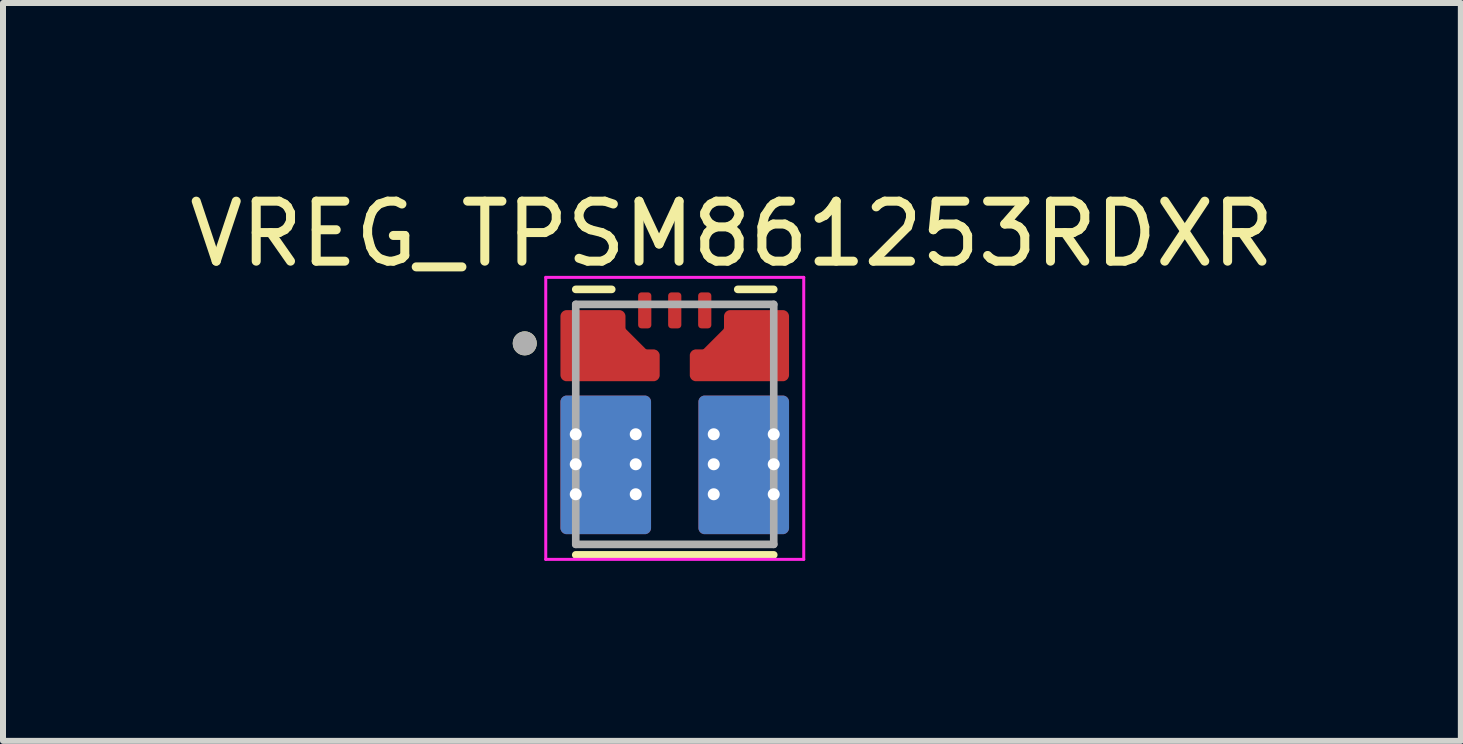
<source format=kicad_pcb>
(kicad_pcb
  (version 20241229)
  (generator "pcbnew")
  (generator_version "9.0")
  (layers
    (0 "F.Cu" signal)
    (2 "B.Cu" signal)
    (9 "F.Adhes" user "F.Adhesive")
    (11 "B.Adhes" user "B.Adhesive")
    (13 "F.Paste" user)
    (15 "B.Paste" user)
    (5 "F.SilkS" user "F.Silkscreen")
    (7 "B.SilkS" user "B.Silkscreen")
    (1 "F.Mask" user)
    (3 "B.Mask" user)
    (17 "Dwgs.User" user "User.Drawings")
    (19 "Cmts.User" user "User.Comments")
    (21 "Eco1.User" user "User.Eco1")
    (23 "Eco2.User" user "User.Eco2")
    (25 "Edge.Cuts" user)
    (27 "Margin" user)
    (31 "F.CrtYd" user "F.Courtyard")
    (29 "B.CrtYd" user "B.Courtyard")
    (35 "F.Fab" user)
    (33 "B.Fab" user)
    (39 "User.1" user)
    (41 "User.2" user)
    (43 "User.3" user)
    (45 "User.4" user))
  (footprint "VREG_TPSM861253RDXR"
    (layer "F.Cu")
    (at 8.196 4.023)
    (property "Reference" "VREG_TPSM861253RDXR" (at 0.953 -3.175 0) (layer "F.SilkS") (effects (font (size 1 1) (thickness 0.15))))
    (attr through_hole)
    (fp_poly (pts (xy -0.56 -1.55) (xy -0.565 -1.55) (xy -0.57 -1.551) (xy -0.576 -1.551) (xy -0.581 -1.552) (xy -0.586 -1.553) (xy -0.591 -1.555) (xy -0.596 -1.557) (xy -0.601 -1.559) (xy -0.605 -1.561) (xy -0.61 -1.563) (xy -0.614 -1.566) (xy -0.619 -1.569) (xy -0.623 -1.572) (xy -0.627 -1.576) (xy -0.631 -1.579) (xy -0.634 -1.583) (xy -0.638 -1.587) (xy -0.641 -1.591) (xy -0.644 -1.596) (xy -0.647 -1.6) (xy -0.649 -1.605) (xy -0.651 -1.609) (xy -0.653 -1.614) (xy -0.655 -1.619) (xy -0.657 -1.624) (xy -0.658 -1.629) (xy -0.659 -1.634) (xy -0.659 -1.64) (xy -0.66 -1.645) (xy -0.66 -1.65) (xy -0.66 -2.15) (xy -0.66 -2.155) (xy -0.659 -2.16) (xy -0.659 -2.166) (xy -0.658 -2.171) (xy -0.657 -2.176) (xy -0.655 -2.181) (xy -0.653 -2.186) (xy -0.651 -2.191) (xy -0.649 -2.195) (xy -0.647 -2.2) (xy -0.644 -2.204) (xy -0.641 -2.209) (xy -0.638 -2.213) (xy -0.634 -2.217) (xy -0.631 -2.221) (xy -0.627 -2.224) (xy -0.623 -2.228) (xy -0.619 -2.231) (xy -0.614 -2.234) (xy -0.61 -2.237) (xy -0.605 -2.239) (xy -0.601 -2.241) (xy -0.596 -2.243) (xy -0.591 -2.245) (xy -0.586 -2.247) (xy -0.581 -2.248) (xy -0.576 -2.249) (xy -0.57 -2.249) (xy -0.565 -2.25) (xy -0.56 -2.25) (xy -0.44 -2.25) (xy -0.435 -2.25) (xy -0.43 -2.249) (xy -0.424 -2.249) (xy -0.419 -2.248) (xy -0.414 -2.247) (xy -0.409 -2.245) (xy -0.404 -2.243) (xy -0.399 -2.241) (xy -0.395 -2.239) (xy -0.39 -2.237) (xy -0.386 -2.234) (xy -0.381 -2.231) (xy -0.377 -2.228) (xy -0.373 -2.224) (xy -0.369 -2.221) (xy -0.366 -2.217) (xy -0.362 -2.213) (xy -0.359 -2.209) (xy -0.356 -2.204) (xy -0.353 -2.2) (xy -0.351 -2.195) (xy -0.349 -2.191) (xy -0.347 -2.186) (xy -0.345 -2.181) (xy -0.343 -2.176) (xy -0.342 -2.171) (xy -0.341 -2.166) (xy -0.341 -2.16) (xy -0.34 -2.155) (xy -0.34 -2.15) (xy -0.34 -1.65) (xy -0.34 -1.645) (xy -0.341 -1.64) (xy -0.341 -1.634) (xy -0.342 -1.629) (xy -0.343 -1.624) (xy -0.345 -1.619) (xy -0.347 -1.614) (xy -0.349 -1.609) (xy -0.351 -1.605) (xy -0.353 -1.6) (xy -0.356 -1.596) (xy -0.359 -1.591) (xy -0.362 -1.587) (xy -0.366 -1.583) (xy -0.369 -1.579) (xy -0.373 -1.576) (xy -0.377 -1.572) (xy -0.381 -1.569) (xy -0.386 -1.566) (xy -0.39 -1.563) (xy -0.395 -1.561) (xy -0.399 -1.559) (xy -0.404 -1.557) (xy -0.409 -1.555) (xy -0.414 -1.553) (xy -0.419 -1.552) (xy -0.424 -1.551) (xy -0.43 -1.551) (xy -0.435 -1.55) (xy -0.44 -1.55) (xy -0.56 -1.55)) (stroke (width 0.01) (type solid)) (fill yes) (layer "F.Mask"))
    (fp_poly (pts (xy -0.16 -2.15) (xy -0.16 -1.65) (xy -0.16 -1.645) (xy -0.159 -1.64) (xy -0.159 -1.634) (xy -0.158 -1.629) (xy -0.157 -1.624) (xy -0.155 -1.619) (xy -0.153 -1.614) (xy -0.151 -1.609) (xy -0.149 -1.605) (xy -0.147 -1.6) (xy -0.144 -1.596) (xy -0.141 -1.591) (xy -0.138 -1.587) (xy -0.134 -1.583) (xy -0.131 -1.579) (xy -0.127 -1.576) (xy -0.123 -1.572) (xy -0.119 -1.569) (xy -0.114 -1.566) (xy -0.11 -1.563) (xy -0.105 -1.561) (xy -0.101 -1.559) (xy -0.096 -1.557) (xy -0.091 -1.555) (xy -0.086 -1.553) (xy -0.081 -1.552) (xy -0.076 -1.551) (xy -0.07 -1.551) (xy -0.065 -1.55) (xy -0.06 -1.55) (xy 0.06 -1.55) (xy 0.065 -1.55) (xy 0.07 -1.551) (xy 0.076 -1.551) (xy 0.081 -1.552) (xy 0.086 -1.553) (xy 0.091 -1.555) (xy 0.096 -1.557) (xy 0.101 -1.559) (xy 0.105 -1.561) (xy 0.11 -1.563) (xy 0.114 -1.566) (xy 0.119 -1.569) (xy 0.123 -1.572) (xy 0.127 -1.576) (xy 0.131 -1.579) (xy 0.134 -1.583) (xy 0.138 -1.587) (xy 0.141 -1.591) (xy 0.144 -1.596) (xy 0.147 -1.6) (xy 0.149 -1.605) (xy 0.151 -1.609) (xy 0.153 -1.614) (xy 0.155 -1.619) (xy 0.157 -1.624) (xy 0.158 -1.629) (xy 0.159 -1.634) (xy 0.159 -1.64) (xy 0.16 -1.645) (xy 0.16 -1.65) (xy 0.16 -2.15) (xy 0.16 -2.155) (xy 0.159 -2.16) (xy 0.159 -2.166) (xy 0.158 -2.171) (xy 0.157 -2.176) (xy 0.155 -2.181) (xy 0.153 -2.186) (xy 0.151 -2.191) (xy 0.149 -2.195) (xy 0.147 -2.2) (xy 0.144 -2.204) (xy 0.141 -2.209) (xy 0.138 -2.213) (xy 0.134 -2.217) (xy 0.131 -2.221) (xy 0.127 -2.224) (xy 0.123 -2.228) (xy 0.119 -2.231) (xy 0.114 -2.234) (xy 0.11 -2.237) (xy 0.105 -2.239) (xy 0.101 -2.241) (xy 0.096 -2.243) (xy 0.091 -2.245) (xy 0.086 -2.247) (xy 0.081 -2.248) (xy 0.076 -2.249) (xy 0.07 -2.249) (xy 0.065 -2.25) (xy 0.06 -2.25) (xy -0.06 -2.25) (xy -0.065 -2.25) (xy -0.07 -2.249) (xy -0.076 -2.249) (xy -0.081 -2.248) (xy -0.086 -2.247) (xy -0.091 -2.245) (xy -0.096 -2.243) (xy -0.101 -2.241) (xy -0.105 -2.239) (xy -0.11 -2.237) (xy -0.114 -2.234) (xy -0.119 -2.231) (xy -0.123 -2.228) (xy -0.127 -2.224) (xy -0.131 -2.221) (xy -0.134 -2.217) (xy -0.138 -2.213) (xy -0.141 -2.209) (xy -0.144 -2.204) (xy -0.147 -2.2) (xy -0.149 -2.195) (xy -0.151 -2.191) (xy -0.153 -2.186) (xy -0.155 -2.181) (xy -0.157 -2.176) (xy -0.158 -2.171) (xy -0.159 -2.166) (xy -0.159 -2.16) (xy -0.16 -2.155) (xy -0.16 -2.15)) (stroke (width 0.01) (type solid)) (fill yes) (layer "F.Mask"))
    (fp_poly (pts (xy 0.44 -1.55) (xy 0.435 -1.55) (xy 0.43 -1.551) (xy 0.424 -1.551) (xy 0.419 -1.552) (xy 0.414 -1.553) (xy 0.409 -1.555) (xy 0.404 -1.557) (xy 0.399 -1.559) (xy 0.395 -1.561) (xy 0.39 -1.563) (xy 0.386 -1.566) (xy 0.381 -1.569) (xy 0.377 -1.572) (xy 0.373 -1.576) (xy 0.369 -1.579) (xy 0.366 -1.583) (xy 0.362 -1.587) (xy 0.359 -1.591) (xy 0.356 -1.596) (xy 0.353 -1.6) (xy 0.351 -1.605) (xy 0.349 -1.609) (xy 0.347 -1.614) (xy 0.345 -1.619) (xy 0.343 -1.624) (xy 0.342 -1.629) (xy 0.341 -1.634) (xy 0.341 -1.64) (xy 0.34 -1.645) (xy 0.34 -1.65) (xy 0.34 -2.15) (xy 0.34 -2.155) (xy 0.341 -2.16) (xy 0.341 -2.166) (xy 0.342 -2.171) (xy 0.343 -2.176) (xy 0.345 -2.181) (xy 0.347 -2.186) (xy 0.349 -2.191) (xy 0.351 -2.195) (xy 0.353 -2.2) (xy 0.356 -2.204) (xy 0.359 -2.209) (xy 0.362 -2.213) (xy 0.366 -2.217) (xy 0.369 -2.221) (xy 0.373 -2.224) (xy 0.377 -2.228) (xy 0.381 -2.231) (xy 0.386 -2.234) (xy 0.39 -2.237) (xy 0.395 -2.239) (xy 0.399 -2.241) (xy 0.404 -2.243) (xy 0.409 -2.245) (xy 0.414 -2.247) (xy 0.419 -2.248) (xy 0.424 -2.249) (xy 0.43 -2.249) (xy 0.435 -2.25) (xy 0.44 -2.25) (xy 0.56 -2.25) (xy 0.565 -2.25) (xy 0.57 -2.249) (xy 0.576 -2.249) (xy 0.581 -2.248) (xy 0.586 -2.247) (xy 0.591 -2.245) (xy 0.596 -2.243) (xy 0.601 -2.241) (xy 0.605 -2.239) (xy 0.61 -2.237) (xy 0.614 -2.234) (xy 0.619 -2.231) (xy 0.623 -2.228) (xy 0.627 -2.224) (xy 0.631 -2.221) (xy 0.634 -2.217) (xy 0.638 -2.213) (xy 0.641 -2.209) (xy 0.644 -2.204) (xy 0.647 -2.2) (xy 0.649 -2.195) (xy 0.651 -2.191) (xy 0.653 -2.186) (xy 0.655 -2.181) (xy 0.657 -2.176) (xy 0.658 -2.171) (xy 0.659 -2.166) (xy 0.659 -2.16) (xy 0.66 -2.155) (xy 0.66 -2.15) (xy 0.66 -1.65) (xy 0.66 -1.645) (xy 0.659 -1.64) (xy 0.659 -1.634) (xy 0.658 -1.629) (xy 0.657 -1.624) (xy 0.655 -1.619) (xy 0.653 -1.614) (xy 0.651 -1.609) (xy 0.649 -1.605) (xy 0.647 -1.6) (xy 0.644 -1.596) (xy 0.641 -1.591) (xy 0.638 -1.587) (xy 0.634 -1.583) (xy 0.631 -1.579) (xy 0.627 -1.576) (xy 0.623 -1.572) (xy 0.619 -1.569) (xy 0.614 -1.566) (xy 0.61 -1.563) (xy 0.605 -1.561) (xy 0.601 -1.559) (xy 0.596 -1.557) (xy 0.591 -1.555) (xy 0.586 -1.553) (xy 0.581 -1.552) (xy 0.576 -1.551) (xy 0.57 -1.551) (xy 0.565 -1.55) (xy 0.56 -1.55) (xy 0.44 -1.55)) (stroke (width 0.01) (type solid)) (fill yes) (layer "F.Mask"))
    (fp_poly (pts (xy -0.355 -0.775) (xy -0.352 -0.775) (xy -0.35 -0.775) (xy -0.347 -0.776) (xy -0.345 -0.776) (xy -0.342 -0.777) (xy -0.34 -0.777) (xy -0.337 -0.778) (xy -0.335 -0.779) (xy -0.332 -0.78) (xy -0.33 -0.782) (xy -0.328 -0.783) (xy -0.326 -0.785) (xy -0.324 -0.786) (xy -0.322 -0.788) (xy -0.32 -0.79) (xy -0.318 -0.792) (xy -0.316 -0.794) (xy -0.315 -0.796) (xy -0.313 -0.798) (xy -0.312 -0.8) (xy -0.31 -0.802) (xy -0.309 -0.805) (xy -0.308 -0.807) (xy -0.307 -0.81) (xy -0.307 -0.812) (xy -0.306 -0.815) (xy -0.306 -0.817) (xy -0.305 -0.82) (xy -0.305 -0.822) (xy -0.305 -0.825) (xy -0.305 -1.145) (xy -0.305 -1.148) (xy -0.305 -1.15) (xy -0.306 -1.153) (xy -0.306 -1.155) (xy -0.307 -1.158) (xy -0.307 -1.16) (xy -0.308 -1.163) (xy -0.309 -1.165) (xy -0.31 -1.168) (xy -0.312 -1.17) (xy -0.313 -1.172) (xy -0.315 -1.174) (xy -0.316 -1.176) (xy -0.318 -1.178) (xy -0.32 -1.18) (xy -0.322 -1.182) (xy -0.324 -1.184) (xy -0.326 -1.185) (xy -0.328 -1.187) (xy -0.33 -1.188) (xy -0.332 -1.19) (xy -0.335 -1.191) (xy -0.337 -1.192) (xy -0.34 -1.193) (xy -0.342 -1.193) (xy -0.345 -1.194) (xy -0.347 -1.194) (xy -0.35 -1.195) (xy -0.352 -1.195) (xy -0.355 -1.195) (xy -0.477 -1.195) (xy -0.479 -1.195) (xy -0.48 -1.195) (xy -0.481 -1.195) (xy -0.483 -1.195) (xy -0.484 -1.195) (xy -0.485 -1.196) (xy -0.486 -1.196) (xy -0.488 -1.196) (xy -0.489 -1.196) (xy -0.49 -1.197) (xy -0.491 -1.197) (xy -0.493 -1.197) (xy -0.494 -1.198) (xy -0.495 -1.198) (xy -0.496 -1.199) (xy -0.498 -1.199) (xy -0.499 -1.2) (xy -0.5 -1.2) (xy -0.501 -1.201) (xy -0.502 -1.202) (xy -0.503 -1.202) (xy -0.505 -1.203) (xy -0.506 -1.204) (xy -0.507 -1.205) (xy -0.508 -1.205) (xy -0.509 -1.206) (xy -0.51 -1.207) (xy -0.511 -1.208) (xy -0.512 -1.209) (xy -0.513 -1.21) (xy -0.86 -1.557) (xy -0.861 -1.558) (xy -0.862 -1.559) (xy -0.863 -1.56) (xy -0.864 -1.561) (xy -0.865 -1.562) (xy -0.865 -1.563) (xy -0.866 -1.564) (xy -0.867 -1.565) (xy -0.868 -1.567) (xy -0.868 -1.568) (xy -0.869 -1.569) (xy -0.87 -1.57) (xy -0.87 -1.571) (xy -0.871 -1.572) (xy -0.871 -1.574) (xy -0.872 -1.575) (xy -0.872 -1.576) (xy -0.873 -1.577) (xy -0.873 -1.579) (xy -0.873 -1.58) (xy -0.874 -1.581) (xy -0.874 -1.582) (xy -0.874 -1.584) (xy -0.874 -1.585) (xy -0.875 -1.586) (xy -0.875 -1.587) (xy -0.875 -1.589) (xy -0.875 -1.59) (xy -0.875 -1.591) (xy -0.875 -1.593) (xy -0.875 -1.8) (xy -0.875 -1.803) (xy -0.875 -1.805) (xy -0.876 -1.808) (xy -0.876 -1.81) (xy -0.877 -1.813) (xy -0.877 -1.815) (xy -0.878 -1.818) (xy -0.879 -1.82) (xy -0.88 -1.823) (xy -0.882 -1.825) (xy -0.883 -1.827) (xy -0.885 -1.829) (xy -0.886 -1.831) (xy -0.888 -1.833) (xy -0.89 -1.835) (xy -0.892 -1.837) (xy -0.894 -1.839) (xy -0.896 -1.84) (xy -0.898 -1.842) (xy -0.9 -1.843) (xy -0.902 -1.845) (xy -0.905 -1.846) (xy -0.907 -1.847) (xy -0.91 -1.848) (xy -0.912 -1.848) (xy -0.915 -1.849) (xy -0.917 -1.849) (xy -0.92 -1.85) (xy -0.922 -1.85) (xy -0.925 -1.85) (xy -1.4 -1.85) (xy -1.403 -1.85) (xy -1.405 -1.85) (xy -1.408 -1.849) (xy -1.41 -1.849) (xy -1.413 -1.848) (xy -1.415 -1.848) (xy -1.418 -1.847) (xy -1.42 -1.846) (xy -1.423 -1.845) (xy -1.425 -1.843) (xy -1.427 -1.842) (xy -1.429 -1.84) (xy -1.431 -1.839) (xy -1.433 -1.837) (xy -1.435 -1.835) (xy -1.437 -1.833) (xy -1.439 -1.831) (xy -1.44 -1.829) (xy -1.442 -1.827) (xy -1.443 -1.825) (xy -1.445 -1.823) (xy -1.446 -1.82) (xy -1.447 -1.818) (xy -1.448 -1.815) (xy -1.448 -1.813) (xy -1.449 -1.81) (xy -1.449 -1.808) (xy -1.45 -1.805) (xy -1.45 -1.803) (xy -1.45 -1.8) (xy -1.45 -1.675) (xy -1.45 -1.672) (xy -1.45 -1.67) (xy -1.451 -1.667) (xy -1.451 -1.665) (xy -1.452 -1.662) (xy -1.452 -1.66) (xy -1.453 -1.657) (xy -1.454 -1.655) (xy -1.455 -1.652) (xy -1.457 -1.65) (xy -1.458 -1.648) (xy -1.46 -1.646) (xy -1.461 -1.644) (xy -1.463 -1.642) (xy -1.465 -1.64) (xy -1.467 -1.638) (xy -1.469 -1.636) (xy -1.471 -1.635) (xy -1.473 -1.633) (xy -1.475 -1.632) (xy -1.477 -1.63) (xy -1.48 -1.629) (xy -1.482 -1.628) (xy -1.485 -1.627) (xy -1.487 -1.627) (xy -1.49 -1.626) (xy -1.492 -1.626) (xy -1.495 -1.625) (xy -1.497 -1.625) (xy -1.5 -1.625) (xy -1.8 -1.625) (xy -1.803 -1.625) (xy -1.805 -1.625) (xy -1.808 -1.624) (xy -1.81 -1.624) (xy -1.813 -1.623) (xy -1.815 -1.623) (xy -1.818 -1.622) (xy -1.82 -1.621) (xy -1.823 -1.62) (xy -1.825 -1.618) (xy -1.827 -1.617) (xy -1.829 -1.615) (xy -1.831 -1.614) (xy -1.833 -1.612) (xy -1.835 -1.61) (xy -1.837 -1.608) (xy -1.839 -1.606) (xy -1.84 -1.604) (xy -1.842 -1.602) (xy -1.843 -1.6) (xy -1.845 -1.598) (xy -1.846 -1.595) (xy -1.847 -1.593) (xy -1.848 -1.59) (xy -1.848 -1.588) (xy -1.849 -1.585) (xy -1.849 -1.583) (xy -1.85 -1.58) (xy -1.85 -1.578) (xy -1.85 -1.575) (xy -1.85 -1.425) (xy -1.85 -1.422) (xy -1.85 -1.42) (xy -1.849 -1.417) (xy -1.849 -1.415) (xy -1.848 -1.412) (xy -1.848 -1.41) (xy -1.847 -1.407) (xy -1.846 -1.405) (xy -1.845 -1.402) (xy -1.843 -1.4) (xy -1.842 -1.398) (xy -1.84 -1.396) (xy -1.839 -1.394) (xy -1.837 -1.392) (xy -1.835 -1.39) (xy -1.833 -1.388) (xy -1.831 -1.386) (xy -1.829 -1.385) (xy -1.827 -1.383) (xy -1.825 -1.382) (xy -1.823 -1.38) (xy -1.82 -1.379) (xy -1.818 -1.378) (xy -1.815 -1.377) (xy -1.813 -1.377) (xy -1.81 -1.376) (xy -1.808 -1.376) (xy -1.805 -1.375) (xy -1.803 -1.375) (xy -1.8 -1.375) (xy -1.5 -1.375) (xy -1.497 -1.375) (xy -1.495 -1.375) (xy -1.492 -1.374) (xy -1.49 -1.374) (xy -1.487 -1.373) (xy -1.485 -1.373) (xy -1.482 -1.372) (xy -1.48 -1.371) (xy -1.477 -1.37) (xy -1.475 -1.368) (xy -1.473 -1.367) (xy -1.471 -1.365) (xy -1.469 -1.364) (xy -1.467 -1.362) (xy -1.465 -1.36) (xy -1.463 -1.358) (xy -1.461 -1.356) (xy -1.46 -1.354) (xy -1.458 -1.352) (xy -1.457 -1.35) (xy -1.455 -1.348) (xy -1.454 -1.345) (xy -1.453 -1.343) (xy -1.452 -1.34) (xy -1.452 -1.338) (xy -1.451 -1.335) (xy -1.451 -1.333) (xy -1.45 -1.33) (xy -1.45 -1.328) (xy -1.45 -1.325) (xy -1.45 -1.175) (xy -1.45 -1.172) (xy -1.45 -1.17) (xy -1.451 -1.167) (xy -1.451 -1.165) (xy -1.452 -1.162) (xy -1.452 -1.16) (xy -1.453 -1.157) (xy -1.454 -1.155) (xy -1.455 -1.152) (xy -1.457 -1.15) (xy -1.458 -1.148) (xy -1.46 -1.146) (xy -1.461 -1.144) (xy -1.463 -1.142) (xy -1.465 -1.14) (xy -1.467 -1.138) (xy -1.469 -1.136) (xy -1.471 -1.135) (xy -1.473 -1.133) (xy -1.475 -1.132) (xy -1.477 -1.13) (xy -1.48 -1.129) (xy -1.482 -1.128) (xy -1.485 -1.127) (xy -1.487 -1.127) (xy -1.49 -1.126) (xy -1.492 -1.126) (xy -1.495 -1.125) (xy -1.497 -1.125) (xy -1.5 -1.125) (xy -1.8 -1.125) (xy -1.803 -1.125) (xy -1.805 -1.125) (xy -1.808 -1.124) (xy -1.81 -1.124) (xy -1.813 -1.123) (xy -1.815 -1.123) (xy -1.818 -1.122) (xy -1.82 -1.121) (xy -1.823 -1.12) (xy -1.825 -1.118) (xy -1.827 -1.117) (xy -1.829 -1.115) (xy -1.831 -1.114) (xy -1.833 -1.112) (xy -1.835 -1.11) (xy -1.837 -1.108) (xy -1.839 -1.106) (xy -1.84 -1.104) (xy -1.842 -1.102) (xy -1.843 -1.1) (xy -1.845 -1.098) (xy -1.846 -1.095) (xy -1.847 -1.093) (xy -1.848 -1.09) (xy -1.848 -1.088) (xy -1.849 -1.085) (xy -1.849 -1.083) (xy -1.85 -1.08) (xy -1.85 -1.078) (xy -1.85 -1.075) (xy -1.85 -0.925) (xy -1.85 -0.922) (xy -1.85 -0.92) (xy -1.849 -0.917) (xy -1.849 -0.915) (xy -1.848 -0.912) (xy -1.848 -0.91) (xy -1.847 -0.907) (xy -1.846 -0.905) (xy -1.845 -0.902) (xy -1.843 -0.9) (xy -1.842 -0.898) (xy -1.84 -0.896) (xy -1.839 -0.894) (xy -1.837 -0.892) (xy -1.835 -0.89) (xy -1.833 -0.888) (xy -1.831 -0.886) (xy -1.829 -0.885) (xy -1.827 -0.883) (xy -1.825 -0.882) (xy -1.823 -0.88) (xy -1.82 -0.879) (xy -1.818 -0.878) (xy -1.815 -0.877) (xy -1.813 -0.877) (xy -1.81 -0.876) (xy -1.808 -0.876) (xy -1.805 -0.875) (xy -1.803 -0.875) (xy -1.8 -0.875) (xy -1.5 -0.875) (xy -1.497 -0.875) (xy -1.495 -0.875) (xy -1.492 -0.874) (xy -1.49 -0.874) (xy -1.487 -0.873) (xy -1.485 -0.873) (xy -1.482 -0.872) (xy -1.48 -0.871) (xy -1.477 -0.87) (xy -1.475 -0.868) (xy -1.473 -0.867) (xy -1.471 -0.865) (xy -1.469 -0.864) (xy -1.467 -0.862) (xy -1.465 -0.86) (xy -1.463 -0.858) (xy -1.461 -0.856) (xy -1.46 -0.854) (xy -1.458 -0.852) (xy -1.457 -0.85) (xy -1.455 -0.848) (xy -1.454 -0.845) (xy -1.453 -0.843) (xy -1.452 -0.84) (xy -1.452 -0.838) (xy -1.451 -0.835) (xy -1.451 -0.833) (xy -1.45 -0.83) (xy -1.45 -0.828) (xy -1.45 -0.825) (xy -1.45 -0.822) (xy -1.45 -0.82) (xy -1.449 -0.817) (xy -1.449 -0.815) (xy -1.448 -0.812) (xy -1.448 -0.81) (xy -1.447 -0.807) (xy -1.446 -0.805) (xy -1.445 -0.802) (xy -1.443 -0.8) (xy -1.442 -0.798) (xy -1.44 -0.796) (xy -1.439 -0.794) (xy -1.437 -0.792) (xy -1.435 -0.79) (xy -1.433 -0.788) (xy -1.431 -0.786) (xy -1.429 -0.785) (xy -1.427 -0.783) (xy -1.425 -0.782) (xy -1.423 -0.78) (xy -1.42 -0.779) (xy -1.418 -0.778) (xy -1.415 -0.777) (xy -1.413 -0.777) (xy -1.41 -0.776) (xy -1.408 -0.776) (xy -1.405 -0.775) (xy -1.403 -0.775) (xy -1.4 -0.775) (xy -0.355 -0.775)) (stroke (width 0.01) (type solid)) (fill yes) (layer "F.Mask"))
    (fp_poly (pts (xy 0.355 -0.775) (xy 0.352 -0.775) (xy 0.35 -0.775) (xy 0.347 -0.776) (xy 0.345 -0.776) (xy 0.342 -0.777) (xy 0.34 -0.777) (xy 0.337 -0.778) (xy 0.335 -0.779) (xy 0.332 -0.78) (xy 0.33 -0.782) (xy 0.328 -0.783) (xy 0.326 -0.785) (xy 0.324 -0.786) (xy 0.322 -0.788) (xy 0.32 -0.79) (xy 0.318 -0.792) (xy 0.316 -0.794) (xy 0.315 -0.796) (xy 0.313 -0.798) (xy 0.312 -0.8) (xy 0.31 -0.802) (xy 0.309 -0.805) (xy 0.308 -0.807) (xy 0.307 -0.81) (xy 0.307 -0.812) (xy 0.306 -0.815) (xy 0.306 -0.817) (xy 0.305 -0.82) (xy 0.305 -0.822) (xy 0.305 -0.825) (xy 0.305 -1.145) (xy 0.305 -1.148) (xy 0.305 -1.15) (xy 0.306 -1.153) (xy 0.306 -1.155) (xy 0.307 -1.158) (xy 0.307 -1.16) (xy 0.308 -1.163) (xy 0.309 -1.165) (xy 0.31 -1.168) (xy 0.312 -1.17) (xy 0.313 -1.172) (xy 0.315 -1.174) (xy 0.316 -1.176) (xy 0.318 -1.178) (xy 0.32 -1.18) (xy 0.322 -1.182) (xy 0.324 -1.184) (xy 0.326 -1.185) (xy 0.328 -1.187) (xy 0.33 -1.188) (xy 0.332 -1.19) (xy 0.335 -1.191) (xy 0.337 -1.192) (xy 0.34 -1.193) (xy 0.342 -1.193) (xy 0.345 -1.194) (xy 0.347 -1.194) (xy 0.35 -1.195) (xy 0.352 -1.195) (xy 0.355 -1.195) (xy 0.477 -1.195) (xy 0.479 -1.195) (xy 0.48 -1.195) (xy 0.481 -1.195) (xy 0.483 -1.195) (xy 0.484 -1.195) (xy 0.485 -1.196) (xy 0.486 -1.196) (xy 0.488 -1.196) (xy 0.489 -1.196) (xy 0.49 -1.197) (xy 0.491 -1.197) (xy 0.493 -1.197) (xy 0.494 -1.198) (xy 0.495 -1.198) (xy 0.496 -1.199) (xy 0.498 -1.199) (xy 0.499 -1.2) (xy 0.5 -1.2) (xy 0.501 -1.201) (xy 0.502 -1.202) (xy 0.503 -1.202) (xy 0.505 -1.203) (xy 0.506 -1.204) (xy 0.507 -1.205) (xy 0.508 -1.205) (xy 0.509 -1.206) (xy 0.51 -1.207) (xy 0.511 -1.208) (xy 0.512 -1.209) (xy 0.513 -1.21) (xy 0.86 -1.557) (xy 0.861 -1.558) (xy 0.862 -1.559) (xy 0.863 -1.56) (xy 0.864 -1.561) (xy 0.865 -1.562) (xy 0.865 -1.563) (xy 0.866 -1.564) (xy 0.867 -1.565) (xy 0.868 -1.567) (xy 0.868 -1.568) (xy 0.869 -1.569) (xy 0.87 -1.57) (xy 0.87 -1.571) (xy 0.871 -1.572) (xy 0.871 -1.574) (xy 0.872 -1.575) (xy 0.872 -1.576) (xy 0.873 -1.577) (xy 0.873 -1.579) (xy 0.873 -1.58) (xy 0.874 -1.581) (xy 0.874 -1.582) (xy 0.874 -1.584) (xy 0.874 -1.585) (xy 0.875 -1.586) (xy 0.875 -1.587) (xy 0.875 -1.589) (xy 0.875 -1.59) (xy 0.875 -1.591) (xy 0.875 -1.593) (xy 0.875 -1.8) (xy 0.875 -1.803) (xy 0.875 -1.805) (xy 0.876 -1.808) (xy 0.876 -1.81) (xy 0.877 -1.813) (xy 0.877 -1.815) (xy 0.878 -1.818) (xy 0.879 -1.82) (xy 0.88 -1.823) (xy 0.882 -1.825) (xy 0.883 -1.827) (xy 0.885 -1.829) (xy 0.886 -1.831) (xy 0.888 -1.833) (xy 0.89 -1.835) (xy 0.892 -1.837) (xy 0.894 -1.839) (xy 0.896 -1.84) (xy 0.898 -1.842) (xy 0.9 -1.843) (xy 0.902 -1.845) (xy 0.905 -1.846) (xy 0.907 -1.847) (xy 0.91 -1.848) (xy 0.912 -1.848) (xy 0.915 -1.849) (xy 0.917 -1.849) (xy 0.92 -1.85) (xy 0.922 -1.85) (xy 0.925 -1.85) (xy 1.4 -1.85) (xy 1.403 -1.85) (xy 1.405 -1.85) (xy 1.408 -1.849) (xy 1.41 -1.849) (xy 1.413 -1.848) (xy 1.415 -1.848) (xy 1.418 -1.847) (xy 1.42 -1.846) (xy 1.423 -1.845) (xy 1.425 -1.843) (xy 1.427 -1.842) (xy 1.429 -1.84) (xy 1.431 -1.839) (xy 1.433 -1.837) (xy 1.435 -1.835) (xy 1.437 -1.833) (xy 1.439 -1.831) (xy 1.44 -1.829) (xy 1.442 -1.827) (xy 1.443 -1.825) (xy 1.445 -1.823) (xy 1.446 -1.82) (xy 1.447 -1.818) (xy 1.448 -1.815) (xy 1.448 -1.813) (xy 1.449 -1.81) (xy 1.449 -1.808) (xy 1.45 -1.805) (xy 1.45 -1.803) (xy 1.45 -1.8) (xy 1.45 -1.675) (xy 1.45 -1.672) (xy 1.45 -1.67) (xy 1.451 -1.667) (xy 1.451 -1.665) (xy 1.452 -1.662) (xy 1.452 -1.66) (xy 1.453 -1.657) (xy 1.454 -1.655) (xy 1.455 -1.652) (xy 1.457 -1.65) (xy 1.458 -1.648) (xy 1.46 -1.646) (xy 1.461 -1.644) (xy 1.463 -1.642) (xy 1.465 -1.64) (xy 1.467 -1.638) (xy 1.469 -1.636) (xy 1.471 -1.635) (xy 1.473 -1.633) (xy 1.475 -1.632) (xy 1.477 -1.63) (xy 1.48 -1.629) (xy 1.482 -1.628) (xy 1.485 -1.627) (xy 1.487 -1.627) (xy 1.49 -1.626) (xy 1.492 -1.626) (xy 1.495 -1.625) (xy 1.497 -1.625) (xy 1.5 -1.625) (xy 1.8 -1.625) (xy 1.803 -1.625) (xy 1.805 -1.625) (xy 1.808 -1.624) (xy 1.81 -1.624) (xy 1.813 -1.623) (xy 1.815 -1.623) (xy 1.818 -1.622) (xy 1.82 -1.621) (xy 1.823 -1.62) (xy 1.825 -1.618) (xy 1.827 -1.617) (xy 1.829 -1.615) (xy 1.831 -1.614) (xy 1.833 -1.612) (xy 1.835 -1.61) (xy 1.837 -1.608) (xy 1.839 -1.606) (xy 1.84 -1.604) (xy 1.842 -1.602) (xy 1.843 -1.6) (xy 1.845 -1.598) (xy 1.846 -1.595) (xy 1.847 -1.593) (xy 1.848 -1.59) (xy 1.848 -1.588) (xy 1.849 -1.585) (xy 1.849 -1.583) (xy 1.85 -1.58) (xy 1.85 -1.578) (xy 1.85 -1.575) (xy 1.85 -1.425) (xy 1.85 -1.422) (xy 1.85 -1.42) (xy 1.849 -1.417) (xy 1.849 -1.415) (xy 1.848 -1.412) (xy 1.848 -1.41) (xy 1.847 -1.407) (xy 1.846 -1.405) (xy 1.845 -1.402) (xy 1.843 -1.4) (xy 1.842 -1.398) (xy 1.84 -1.396) (xy 1.839 -1.394) (xy 1.837 -1.392) (xy 1.835 -1.39) (xy 1.833 -1.388) (xy 1.831 -1.386) (xy 1.829 -1.385) (xy 1.827 -1.383) (xy 1.825 -1.382) (xy 1.823 -1.38) (xy 1.82 -1.379) (xy 1.818 -1.378) (xy 1.815 -1.377) (xy 1.813 -1.377) (xy 1.81 -1.376) (xy 1.808 -1.376) (xy 1.805 -1.375) (xy 1.803 -1.375) (xy 1.8 -1.375) (xy 1.5 -1.375) (xy 1.497 -1.375) (xy 1.495 -1.375) (xy 1.492 -1.374) (xy 1.49 -1.374) (xy 1.487 -1.373) (xy 1.485 -1.373) (xy 1.482 -1.372) (xy 1.48 -1.371) (xy 1.477 -1.37) (xy 1.475 -1.368) (xy 1.473 -1.367) (xy 1.471 -1.365) (xy 1.469 -1.364) (xy 1.467 -1.362) (xy 1.465 -1.36) (xy 1.463 -1.358) (xy 1.461 -1.356) (xy 1.46 -1.354) (xy 1.458 -1.352) (xy 1.457 -1.35) (xy 1.455 -1.348) (xy 1.454 -1.345) (xy 1.453 -1.343) (xy 1.452 -1.34) (xy 1.452 -1.338) (xy 1.451 -1.335) (xy 1.451 -1.333) (xy 1.45 -1.33) (xy 1.45 -1.328) (xy 1.45 -1.325) (xy 1.45 -1.175) (xy 1.45 -1.172) (xy 1.45 -1.17) (xy 1.451 -1.167) (xy 1.451 -1.165) (xy 1.452 -1.162) (xy 1.452 -1.16) (xy 1.453 -1.157) (xy 1.454 -1.155) (xy 1.455 -1.152) (xy 1.457 -1.15) (xy 1.458 -1.148) (xy 1.46 -1.146) (xy 1.461 -1.144) (xy 1.463 -1.142) (xy 1.465 -1.14) (xy 1.467 -1.138) (xy 1.469 -1.136) (xy 1.471 -1.135) (xy 1.473 -1.133) (xy 1.475 -1.132) (xy 1.477 -1.13) (xy 1.48 -1.129) (xy 1.482 -1.128) (xy 1.485 -1.127) (xy 1.487 -1.127) (xy 1.49 -1.126) (xy 1.492 -1.126) (xy 1.495 -1.125) (xy 1.497 -1.125) (xy 1.5 -1.125) (xy 1.8 -1.125) (xy 1.803 -1.125) (xy 1.805 -1.125) (xy 1.808 -1.124) (xy 1.81 -1.124) (xy 1.813 -1.123) (xy 1.815 -1.123) (xy 1.818 -1.122) (xy 1.82 -1.121) (xy 1.823 -1.12) (xy 1.825 -1.118) (xy 1.827 -1.117) (xy 1.829 -1.115) (xy 1.831 -1.114) (xy 1.833 -1.112) (xy 1.835 -1.11) (xy 1.837 -1.108) (xy 1.839 -1.106) (xy 1.84 -1.104) (xy 1.842 -1.102) (xy 1.843 -1.1) (xy 1.845 -1.098) (xy 1.846 -1.095) (xy 1.847 -1.093) (xy 1.848 -1.09) (xy 1.848 -1.088) (xy 1.849 -1.085) (xy 1.849 -1.083) (xy 1.85 -1.08) (xy 1.85 -1.078) (xy 1.85 -1.075) (xy 1.85 -0.925) (xy 1.85 -0.922) (xy 1.85 -0.92) (xy 1.849 -0.917) (xy 1.849 -0.915) (xy 1.848 -0.912) (xy 1.848 -0.91) (xy 1.847 -0.907) (xy 1.846 -0.905) (xy 1.845 -0.902) (xy 1.843 -0.9) (xy 1.842 -0.898) (xy 1.84 -0.896) (xy 1.839 -0.894) (xy 1.837 -0.892) (xy 1.835 -0.89) (xy 1.833 -0.888) (xy 1.831 -0.886) (xy 1.829 -0.885) (xy 1.827 -0.883) (xy 1.825 -0.882) (xy 1.823 -0.88) (xy 1.82 -0.879) (xy 1.818 -0.878) (xy 1.815 -0.877) (xy 1.813 -0.877) (xy 1.81 -0.876) (xy 1.808 -0.876) (xy 1.805 -0.875) (xy 1.803 -0.875) (xy 1.8 -0.875) (xy 1.5 -0.875) (xy 1.497 -0.875) (xy 1.495 -0.875) (xy 1.492 -0.874) (xy 1.49 -0.874) (xy 1.487 -0.873) (xy 1.485 -0.873) (xy 1.482 -0.872) (xy 1.48 -0.871) (xy 1.477 -0.87) (xy 1.475 -0.868) (xy 1.473 -0.867) (xy 1.471 -0.865) (xy 1.469 -0.864) (xy 1.467 -0.862) (xy 1.465 -0.86) (xy 1.463 -0.858) (xy 1.461 -0.856) (xy 1.46 -0.854) (xy 1.458 -0.852) (xy 1.457 -0.85) (xy 1.455 -0.848) (xy 1.454 -0.845) (xy 1.453 -0.843) (xy 1.452 -0.84) (xy 1.452 -0.838) (xy 1.451 -0.835) (xy 1.451 -0.833) (xy 1.45 -0.83) (xy 1.45 -0.828) (xy 1.45 -0.825) (xy 1.45 -0.822) (xy 1.45 -0.82) (xy 1.449 -0.817) (xy 1.449 -0.815) (xy 1.448 -0.812) (xy 1.448 -0.81) (xy 1.447 -0.807) (xy 1.446 -0.805) (xy 1.445 -0.802) (xy 1.443 -0.8) (xy 1.442 -0.798) (xy 1.44 -0.796) (xy 1.439 -0.794) (xy 1.437 -0.792) (xy 1.435 -0.79) (xy 1.433 -0.788) (xy 1.431 -0.786) (xy 1.429 -0.785) (xy 1.427 -0.783) (xy 1.425 -0.782) (xy 1.423 -0.78) (xy 1.42 -0.779) (xy 1.418 -0.778) (xy 1.415 -0.777) (xy 1.413 -0.777) (xy 1.41 -0.776) (xy 1.408 -0.776) (xy 1.405 -0.775) (xy 1.403 -0.775) (xy 1.4 -0.775) (xy 0.355 -0.775)) (stroke (width 0.01) (type solid)) (fill yes) (layer "F.Mask"))
    (fp_poly (pts (xy -1.85 1.34) (xy -1.85 1.49) (xy -1.85 1.493) (xy -1.85 1.495) (xy -1.849 1.498) (xy -1.849 1.5) (xy -1.848 1.503) (xy -1.848 1.505) (xy -1.847 1.508) (xy -1.846 1.51) (xy -1.845 1.513) (xy -1.843 1.515) (xy -1.842 1.517) (xy -1.84 1.519) (xy -1.839 1.521) (xy -1.837 1.523) (xy -1.835 1.525) (xy -1.833 1.527) (xy -1.831 1.529) (xy -1.829 1.53) (xy -1.827 1.532) (xy -1.825 1.533) (xy -1.823 1.535) (xy -1.82 1.536) (xy -1.818 1.537) (xy -1.815 1.538) (xy -1.813 1.538) (xy -1.81 1.539) (xy -1.808 1.539) (xy -1.805 1.54) (xy -1.803 1.54) (xy -1.8 1.54) (xy -1.5 1.54) (xy -1.497 1.54) (xy -1.495 1.54) (xy -1.492 1.541) (xy -1.49 1.541) (xy -1.487 1.542) (xy -1.485 1.542) (xy -1.482 1.543) (xy -1.48 1.544) (xy -1.477 1.545) (xy -1.475 1.547) (xy -1.473 1.548) (xy -1.471 1.55) (xy -1.469 1.551) (xy -1.467 1.553) (xy -1.465 1.555) (xy -1.463 1.557) (xy -1.461 1.559) (xy -1.46 1.561) (xy -1.458 1.563) (xy -1.457 1.565) (xy -1.455 1.567) (xy -1.454 1.57) (xy -1.453 1.572) (xy -1.452 1.575) (xy -1.452 1.577) (xy -1.451 1.58) (xy -1.451 1.582) (xy -1.45 1.585) (xy -1.45 1.587) (xy -1.45 1.59) (xy -1.45 1.725) (xy -1.45 1.728) (xy -1.45 1.73) (xy -1.449 1.733) (xy -1.449 1.735) (xy -1.448 1.738) (xy -1.448 1.74) (xy -1.447 1.743) (xy -1.446 1.745) (xy -1.445 1.748) (xy -1.443 1.75) (xy -1.442 1.752) (xy -1.44 1.754) (xy -1.439 1.756) (xy -1.437 1.758) (xy -1.435 1.76) (xy -1.433 1.762) (xy -1.431 1.764) (xy -1.429 1.765) (xy -1.427 1.767) (xy -1.425 1.768) (xy -1.423 1.77) (xy -1.42 1.771) (xy -1.418 1.772) (xy -1.415 1.773) (xy -1.413 1.773) (xy -1.41 1.774) (xy -1.408 1.774) (xy -1.405 1.775) (xy -1.403 1.775) (xy -1.4 1.775) (xy -0.5 1.775) (xy -0.497 1.775) (xy -0.495 1.775) (xy -0.492 1.774) (xy -0.49 1.774) (xy -0.487 1.773) (xy -0.485 1.773) (xy -0.482 1.772) (xy -0.48 1.771) (xy -0.477 1.77) (xy -0.475 1.768) (xy -0.473 1.767) (xy -0.471 1.765) (xy -0.469 1.764) (xy -0.467 1.762) (xy -0.465 1.76) (xy -0.463 1.758) (xy -0.461 1.756) (xy -0.46 1.754) (xy -0.458 1.752) (xy -0.457 1.75) (xy -0.455 1.748) (xy -0.454 1.745) (xy -0.453 1.743) (xy -0.452 1.74) (xy -0.452 1.738) (xy -0.451 1.735) (xy -0.451 1.733) (xy -0.45 1.73) (xy -0.45 1.728) (xy -0.45 1.725) (xy -0.45 -0.375) (xy -0.45 -0.378) (xy -0.45 -0.38) (xy -0.451 -0.383) (xy -0.451 -0.385) (xy -0.452 -0.388) (xy -0.452 -0.39) (xy -0.453 -0.393) (xy -0.454 -0.395) (xy -0.455 -0.398) (xy -0.457 -0.4) (xy -0.458 -0.402) (xy -0.46 -0.404) (xy -0.461 -0.406) (xy -0.463 -0.408) (xy -0.465 -0.41) (xy -0.467 -0.412) (xy -0.469 -0.414) (xy -0.471 -0.415) (xy -0.473 -0.417) (xy -0.475 -0.418) (xy -0.477 -0.42) (xy -0.48 -0.421) (xy -0.482 -0.422) (xy -0.485 -0.423) (xy -0.487 -0.423) (xy -0.49 -0.424) (xy -0.492 -0.424) (xy -0.495 -0.425) (xy -0.497 -0.425) (xy -0.5 -0.425) (xy -1.4 -0.425) (xy -1.403 -0.425) (xy -1.405 -0.425) (xy -1.408 -0.424) (xy -1.41 -0.424) (xy -1.413 -0.423) (xy -1.415 -0.423) (xy -1.418 -0.422) (xy -1.42 -0.421) (xy -1.423 -0.42) (xy -1.425 -0.418) (xy -1.427 -0.417) (xy -1.429 -0.415) (xy -1.431 -0.414) (xy -1.433 -0.412) (xy -1.435 -0.41) (xy -1.437 -0.408) (xy -1.439 -0.406) (xy -1.44 -0.404) (xy -1.442 -0.402) (xy -1.443 -0.4) (xy -1.445 -0.398) (xy -1.446 -0.395) (xy -1.447 -0.393) (xy -1.448 -0.39) (xy -1.448 -0.388) (xy -1.449 -0.385) (xy -1.449 -0.383) (xy -1.45 -0.38) (xy -1.45 -0.378) (xy -1.45 -0.375) (xy -1.45 -0.26) (xy -1.45 -0.257) (xy -1.45 -0.255) (xy -1.451 -0.252) (xy -1.451 -0.25) (xy -1.452 -0.247) (xy -1.452 -0.245) (xy -1.453 -0.242) (xy -1.454 -0.24) (xy -1.455 -0.237) (xy -1.457 -0.235) (xy -1.458 -0.233) (xy -1.46 -0.231) (xy -1.461 -0.229) (xy -1.463 -0.227) (xy -1.465 -0.225) (xy -1.467 -0.223) (xy -1.469 -0.221) (xy -1.471 -0.22) (xy -1.473 -0.218) (xy -1.475 -0.217) (xy -1.477 -0.215) (xy -1.48 -0.214) (xy -1.482 -0.213) (xy -1.485 -0.212) (xy -1.487 -0.212) (xy -1.49 -0.211) (xy -1.492 -0.211) (xy -1.495 -0.21) (xy -1.497 -0.21) (xy -1.5 -0.21) (xy -1.8 -0.21) (xy -1.803 -0.21) (xy -1.805 -0.21) (xy -1.808 -0.209) (xy -1.81 -0.209) (xy -1.813 -0.208) (xy -1.815 -0.208) (xy -1.818 -0.207) (xy -1.82 -0.206) (xy -1.823 -0.205) (xy -1.825 -0.203) (xy -1.827 -0.202) (xy -1.829 -0.2) (xy -1.831 -0.199) (xy -1.833 -0.197) (xy -1.835 -0.195) (xy -1.837 -0.193) (xy -1.839 -0.191) (xy -1.84 -0.189) (xy -1.842 -0.187) (xy -1.843 -0.185) (xy -1.845 -0.183) (xy -1.846 -0.18) (xy -1.847 -0.178) (xy -1.848 -0.175) (xy -1.848 -0.173) (xy -1.849 -0.17) (xy -1.849 -0.168) (xy -1.85 -0.165) (xy -1.85 -0.163) (xy -1.85 -0.16) (xy -1.85 -0.01) (xy -1.85 -0.007) (xy -1.85 -0.005) (xy -1.849 -0.002) (xy -1.849 0) (xy -1.848 0.003) (xy -1.848 0.005) (xy -1.847 0.008) (xy -1.846 0.01) (xy -1.845 0.013) (xy -1.843 0.015) (xy -1.842 0.017) (xy -1.84 0.019) (xy -1.839 0.021) (xy -1.837 0.023) (xy -1.835 0.025) (xy -1.833 0.027) (xy -1.831 0.029) (xy -1.829 0.03) (xy -1.827 0.032) (xy -1.825 0.033) (xy -1.823 0.035) (xy -1.82 0.036) (xy -1.818 0.037) (xy -1.815 0.038) (xy -1.813 0.038) (xy -1.81 0.039) (xy -1.808 0.039) (xy -1.805 0.04) (xy -1.803 0.04) (xy -1.8 0.04) (xy -1.5 0.04) (xy -1.497 0.04) (xy -1.495 0.04) (xy -1.492 0.041) (xy -1.49 0.041) (xy -1.487 0.042) (xy -1.485 0.042) (xy -1.482 0.043) (xy -1.48 0.044) (xy -1.477 0.045) (xy -1.475 0.047) (xy -1.473 0.048) (xy -1.471 0.05) (xy -1.469 0.051) (xy -1.467 0.053) (xy -1.465 0.055) (xy -1.463 0.057) (xy -1.461 0.059) (xy -1.46 0.061) (xy -1.458 0.063) (xy -1.457 0.065) (xy -1.455 0.067) (xy -1.454 0.07) (xy -1.453 0.072) (xy -1.452 0.075) (xy -1.452 0.077) (xy -1.451 0.08) (xy -1.451 0.082) (xy -1.45 0.085) (xy -1.45 0.087) (xy -1.45 0.09) (xy -1.45 0.24) (xy -1.45 0.243) (xy -1.45 0.245) (xy -1.451 0.248) (xy -1.451 0.25) (xy -1.452 0.253) (xy -1.452 0.255) (xy -1.453 0.258) (xy -1.454 0.26) (xy -1.455 0.263) (xy -1.457 0.265) (xy -1.458 0.267) (xy -1.46 0.269) (xy -1.461 0.271) (xy -1.463 0.273) (xy -1.465 0.275) (xy -1.467 0.277) (xy -1.469 0.279) (xy -1.471 0.28) (xy -1.473 0.282) (xy -1.475 0.283) (xy -1.477 0.285) (xy -1.48 0.286) (xy -1.482 0.287) (xy -1.485 0.288) (xy -1.487 0.288) (xy -1.49 0.289) (xy -1.492 0.289) (xy -1.495 0.29) (xy -1.497 0.29) (xy -1.5 0.29) (xy -1.8 0.29) (xy -1.803 0.29) (xy -1.805 0.29) (xy -1.808 0.291) (xy -1.81 0.291) (xy -1.813 0.292) (xy -1.815 0.292) (xy -1.818 0.293) (xy -1.82 0.294) (xy -1.823 0.295) (xy -1.825 0.297) (xy -1.827 0.298) (xy -1.829 0.3) (xy -1.831 0.301) (xy -1.833 0.303) (xy -1.835 0.305) (xy -1.837 0.307) (xy -1.839 0.309) (xy -1.84 0.311) (xy -1.842 0.313) (xy -1.843 0.315) (xy -1.845 0.317) (xy -1.846 0.32) (xy -1.847 0.322) (xy -1.848 0.325) (xy -1.848 0.327) (xy -1.849 0.33) (xy -1.849 0.332) (xy -1.85 0.335) (xy -1.85 0.337) (xy -1.85 0.34) (xy -1.85 0.49) (xy -1.85 0.493) (xy -1.85 0.495) (xy -1.849 0.498) (xy -1.849 0.5) (xy -1.848 0.503) (xy -1.848 0.505) (xy -1.847 0.508) (xy -1.846 0.51) (xy -1.845 0.513) (xy -1.843 0.515) (xy -1.842 0.517) (xy -1.84 0.519) (xy -1.839 0.521) (xy -1.837 0.523) (xy -1.835 0.525) (xy -1.833 0.527) (xy -1.831 0.529) (xy -1.829 0.53) (xy -1.827 0.532) (xy -1.825 0.533) (xy -1.823 0.535) (xy -1.82 0.536) (xy -1.818 0.537) (xy -1.815 0.538) (xy -1.813 0.538) (xy -1.81 0.539) (xy -1.808 0.539) (xy -1.805 0.54) (xy -1.803 0.54) (xy -1.8 0.54) (xy -1.5 0.54) (xy -1.497 0.54) (xy -1.495 0.54) (xy -1.492 0.541) (xy -1.49 0.541) (xy -1.487 0.542) (xy -1.485 0.542) (xy -1.482 0.543) (xy -1.48 0.544) (xy -1.477 0.545) (xy -1.475 0.547) (xy -1.473 0.548) (xy -1.471 0.55) (xy -1.469 0.551) (xy -1.467 0.553) (xy -1.465 0.555) (xy -1.463 0.557) (xy -1.461 0.559) (xy -1.46 0.561) (xy -1.458 0.563) (xy -1.457 0.565) (xy -1.455 0.567) (xy -1.454 0.57) (xy -1.453 0.572) (xy -1.452 0.575) (xy -1.452 0.577) (xy -1.451 0.58) (xy -1.451 0.582) (xy -1.45 0.585) (xy -1.45 0.587) (xy -1.45 0.59) (xy -1.45 0.74) (xy -1.45 0.743) (xy -1.45 0.745) (xy -1.451 0.748) (xy -1.451 0.75) (xy -1.452 0.753) (xy -1.452 0.755) (xy -1.453 0.758) (xy -1.454 0.76) (xy -1.455 0.763) (xy -1.457 0.765) (xy -1.458 0.767) (xy -1.46 0.769) (xy -1.461 0.771) (xy -1.463 0.773) (xy -1.465 0.775) (xy -1.467 0.777) (xy -1.469 0.779) (xy -1.471 0.78) (xy -1.473 0.782) (xy -1.475 0.783) (xy -1.477 0.785) (xy -1.48 0.786) (xy -1.482 0.787) (xy -1.485 0.788) (xy -1.487 0.788) (xy -1.49 0.789) (xy -1.492 0.789) (xy -1.495 0.79) (xy -1.497 0.79) (xy -1.5 0.79) (xy -1.8 0.79) (xy -1.803 0.79) (xy -1.805 0.79) (xy -1.808 0.791) (xy -1.81 0.791) (xy -1.813 0.792) (xy -1.815 0.792) (xy -1.818 0.793) (xy -1.82 0.794) (xy -1.823 0.795) (xy -1.825 0.797) (xy -1.827 0.798) (xy -1.829 0.8) (xy -1.831 0.801) (xy -1.833 0.803) (xy -1.835 0.805) (xy -1.837 0.807) (xy -1.839 0.809) (xy -1.84 0.811) (xy -1.842 0.813) (xy -1.843 0.815) (xy -1.845 0.817) (xy -1.846 0.82) (xy -1.847 0.822) (xy -1.848 0.825) (xy -1.848 0.827) (xy -1.849 0.83) (xy -1.849 0.832) (xy -1.85 0.835) (xy -1.85 0.837) (xy -1.85 0.84) (xy -1.85 0.99) (xy -1.85 0.993) (xy -1.85 0.995) (xy -1.849 0.998) (xy -1.849 1) (xy -1.848 1.003) (xy -1.848 1.005) (xy -1.847 1.008) (xy -1.846 1.01) (xy -1.845 1.013) (xy -1.843 1.015) (xy -1.842 1.017) (xy -1.84 1.019) (xy -1.839 1.021) (xy -1.837 1.023) (xy -1.835 1.025) (xy -1.833 1.027) (xy -1.831 1.029) (xy -1.829 1.03) (xy -1.827 1.032) (xy -1.825 1.033) (xy -1.823 1.035) (xy -1.82 1.036) (xy -1.818 1.037) (xy -1.815 1.038) (xy -1.813 1.038) (xy -1.81 1.039) (xy -1.808 1.039) (xy -1.805 1.04) (xy -1.803 1.04) (xy -1.8 1.04) (xy -1.5 1.04) (xy -1.497 1.04) (xy -1.495 1.04) (xy -1.492 1.041) (xy -1.49 1.041) (xy -1.487 1.042) (xy -1.485 1.042) (xy -1.482 1.043) (xy -1.48 1.044) (xy -1.477 1.045) (xy -1.475 1.047) (xy -1.473 1.048) (xy -1.471 1.05) (xy -1.469 1.051) (xy -1.467 1.053) (xy -1.465 1.055) (xy -1.463 1.057) (xy -1.461 1.059) (xy -1.46 1.061) (xy -1.458 1.063) (xy -1.457 1.065) (xy -1.455 1.067) (xy -1.454 1.07) (xy -1.453 1.072) (xy -1.452 1.075) (xy -1.452 1.077) (xy -1.451 1.08) (xy -1.451 1.082) (xy -1.45 1.085) (xy -1.45 1.087) (xy -1.45 1.09) (xy -1.45 1.24) (xy -1.45 1.243) (xy -1.45 1.245) (xy -1.451 1.248) (xy -1.451 1.25) (xy -1.452 1.253) (xy -1.452 1.255) (xy -1.453 1.258) (xy -1.454 1.26) (xy -1.455 1.263) (xy -1.457 1.265) (xy -1.458 1.267) (xy -1.46 1.269) (xy -1.461 1.271) (xy -1.463 1.273) (xy -1.465 1.275) (xy -1.467 1.277) (xy -1.469 1.279) (xy -1.471 1.28) (xy -1.473 1.282) (xy -1.475 1.283) (xy -1.477 1.285) (xy -1.48 1.286) (xy -1.482 1.287) (xy -1.485 1.288) (xy -1.487 1.288) (xy -1.49 1.289) (xy -1.492 1.289) (xy -1.495 1.29) (xy -1.497 1.29) (xy -1.5 1.29) (xy -1.8 1.29) (xy -1.803 1.29) (xy -1.805 1.29) (xy -1.808 1.291) (xy -1.81 1.291) (xy -1.813 1.292) (xy -1.815 1.292) (xy -1.818 1.293) (xy -1.82 1.294) (xy -1.823 1.295) (xy -1.825 1.297) (xy -1.827 1.298) (xy -1.829 1.3) (xy -1.831 1.301) (xy -1.833 1.303) (xy -1.835 1.305) (xy -1.837 1.307) (xy -1.839 1.309) (xy -1.84 1.311) (xy -1.842 1.313) (xy -1.843 1.315) (xy -1.845 1.317) (xy -1.846 1.32) (xy -1.847 1.322) (xy -1.848 1.325) (xy -1.848 1.327) (xy -1.849 1.33) (xy -1.849 1.332) (xy -1.85 1.335) (xy -1.85 1.337) (xy -1.85 1.34)) (stroke (width 0.01) (type solid)) (fill yes) (layer "F.Mask"))
    (fp_poly (pts (xy 0.5 1.775) (xy 0.497 1.775) (xy 0.495 1.775) (xy 0.492 1.774) (xy 0.49 1.774) (xy 0.487 1.773) (xy 0.485 1.773) (xy 0.482 1.772) (xy 0.48 1.771) (xy 0.477 1.77) (xy 0.475 1.768) (xy 0.473 1.767) (xy 0.471 1.765) (xy 0.469 1.764) (xy 0.467 1.762) (xy 0.465 1.76) (xy 0.463 1.758) (xy 0.461 1.756) (xy 0.46 1.754) (xy 0.458 1.752) (xy 0.457 1.75) (xy 0.455 1.748) (xy 0.454 1.745) (xy 0.453 1.743) (xy 0.452 1.74) (xy 0.452 1.738) (xy 0.451 1.735) (xy 0.451 1.733) (xy 0.45 1.73) (xy 0.45 1.728) (xy 0.45 1.725) (xy 0.45 -0.375) (xy 0.45 -0.378) (xy 0.45 -0.38) (xy 0.451 -0.383) (xy 0.451 -0.385) (xy 0.452 -0.388) (xy 0.452 -0.39) (xy 0.453 -0.393) (xy 0.454 -0.395) (xy 0.455 -0.398) (xy 0.457 -0.4) (xy 0.458 -0.402) (xy 0.46 -0.404) (xy 0.461 -0.406) (xy 0.463 -0.408) (xy 0.465 -0.41) (xy 0.467 -0.412) (xy 0.469 -0.414) (xy 0.471 -0.415) (xy 0.473 -0.417) (xy 0.475 -0.418) (xy 0.477 -0.42) (xy 0.48 -0.421) (xy 0.482 -0.422) (xy 0.485 -0.423) (xy 0.487 -0.423) (xy 0.49 -0.424) (xy 0.492 -0.424) (xy 0.495 -0.425) (xy 0.497 -0.425) (xy 0.5 -0.425) (xy 1.4 -0.425) (xy 1.403 -0.425) (xy 1.405 -0.425) (xy 1.408 -0.424) (xy 1.41 -0.424) (xy 1.413 -0.423) (xy 1.415 -0.423) (xy 1.418 -0.422) (xy 1.42 -0.421) (xy 1.423 -0.42) (xy 1.425 -0.418) (xy 1.427 -0.417) (xy 1.429 -0.415) (xy 1.431 -0.414) (xy 1.433 -0.412) (xy 1.435 -0.41) (xy 1.437 -0.408) (xy 1.439 -0.406) (xy 1.44 -0.404) (xy 1.442 -0.402) (xy 1.443 -0.4) (xy 1.445 -0.398) (xy 1.446 -0.395) (xy 1.447 -0.393) (xy 1.448 -0.39) (xy 1.448 -0.388) (xy 1.449 -0.385) (xy 1.449 -0.383) (xy 1.45 -0.38) (xy 1.45 -0.378) (xy 1.45 -0.375) (xy 1.45 -0.26) (xy 1.45 -0.257) (xy 1.45 -0.255) (xy 1.451 -0.252) (xy 1.451 -0.25) (xy 1.452 -0.247) (xy 1.452 -0.245) (xy 1.453 -0.242) (xy 1.454 -0.24) (xy 1.455 -0.237) (xy 1.457 -0.235) (xy 1.458 -0.233) (xy 1.46 -0.231) (xy 1.461 -0.229) (xy 1.463 -0.227) (xy 1.465 -0.225) (xy 1.467 -0.223) (xy 1.469 -0.221) (xy 1.471 -0.22) (xy 1.473 -0.218) (xy 1.475 -0.217) (xy 1.477 -0.215) (xy 1.48 -0.214) (xy 1.482 -0.213) (xy 1.485 -0.212) (xy 1.487 -0.212) (xy 1.49 -0.211) (xy 1.492 -0.211) (xy 1.495 -0.21) (xy 1.497 -0.21) (xy 1.5 -0.21) (xy 1.8 -0.21) (xy 1.803 -0.21) (xy 1.805 -0.21) (xy 1.808 -0.209) (xy 1.81 -0.209) (xy 1.813 -0.208) (xy 1.815 -0.208) (xy 1.818 -0.207) (xy 1.82 -0.206) (xy 1.823 -0.205) (xy 1.825 -0.203) (xy 1.827 -0.202) (xy 1.829 -0.2) (xy 1.831 -0.199) (xy 1.833 -0.197) (xy 1.835 -0.195) (xy 1.837 -0.193) (xy 1.839 -0.191) (xy 1.84 -0.189) (xy 1.842 -0.187) (xy 1.843 -0.185) (xy 1.845 -0.183) (xy 1.846 -0.18) (xy 1.847 -0.178) (xy 1.848 -0.175) (xy 1.848 -0.173) (xy 1.849 -0.17) (xy 1.849 -0.168) (xy 1.85 -0.165) (xy 1.85 -0.163) (xy 1.85 -0.16) (xy 1.85 -0.01) (xy 1.85 -0.007) (xy 1.85 -0.005) (xy 1.849 -0.002) (xy 1.849 0) (xy 1.848 0.003) (xy 1.848 0.005) (xy 1.847 0.008) (xy 1.846 0.01) (xy 1.845 0.013) (xy 1.843 0.015) (xy 1.842 0.017) (xy 1.84 0.019) (xy 1.839 0.021) (xy 1.837 0.023) (xy 1.835 0.025) (xy 1.833 0.027) (xy 1.831 0.029) (xy 1.829 0.03) (xy 1.827 0.032) (xy 1.825 0.033) (xy 1.823 0.035) (xy 1.82 0.036) (xy 1.818 0.037) (xy 1.815 0.038) (xy 1.813 0.038) (xy 1.81 0.039) (xy 1.808 0.039) (xy 1.805 0.04) (xy 1.803 0.04) (xy 1.8 0.04) (xy 1.5 0.04) (xy 1.497 0.04) (xy 1.495 0.04) (xy 1.492 0.041) (xy 1.49 0.041) (xy 1.487 0.042) (xy 1.485 0.042) (xy 1.482 0.043) (xy 1.48 0.044) (xy 1.477 0.045) (xy 1.475 0.047) (xy 1.473 0.048) (xy 1.471 0.05) (xy 1.469 0.051) (xy 1.467 0.053) (xy 1.465 0.055) (xy 1.463 0.057) (xy 1.461 0.059) (xy 1.46 0.061) (xy 1.458 0.063) (xy 1.457 0.065) (xy 1.455 0.067) (xy 1.454 0.07) (xy 1.453 0.072) (xy 1.452 0.075) (xy 1.452 0.077) (xy 1.451 0.08) (xy 1.451 0.082) (xy 1.45 0.085) (xy 1.45 0.087) (xy 1.45 0.09) (xy 1.45 0.24) (xy 1.45 0.243) (xy 1.45 0.245) (xy 1.451 0.248) (xy 1.451 0.25) (xy 1.452 0.253) (xy 1.452 0.255) (xy 1.453 0.258) (xy 1.454 0.26) (xy 1.455 0.263) (xy 1.457 0.265) (xy 1.458 0.267) (xy 1.46 0.269) (xy 1.461 0.271) (xy 1.463 0.273) (xy 1.465 0.275) (xy 1.467 0.277) (xy 1.469 0.279) (xy 1.471 0.28) (xy 1.473 0.282) (xy 1.475 0.283) (xy 1.477 0.285) (xy 1.48 0.286) (xy 1.482 0.287) (xy 1.485 0.288) (xy 1.487 0.288) (xy 1.49 0.289) (xy 1.492 0.289) (xy 1.495 0.29) (xy 1.497 0.29) (xy 1.5 0.29) (xy 1.8 0.29) (xy 1.803 0.29) (xy 1.805 0.29) (xy 1.808 0.291) (xy 1.81 0.291) (xy 1.813 0.292) (xy 1.815 0.292) (xy 1.818 0.293) (xy 1.82 0.294) (xy 1.823 0.295) (xy 1.825 0.297) (xy 1.827 0.298) (xy 1.829 0.3) (xy 1.831 0.301) (xy 1.833 0.303) (xy 1.835 0.305) (xy 1.837 0.307) (xy 1.839 0.309) (xy 1.84 0.311) (xy 1.842 0.313) (xy 1.843 0.315) (xy 1.845 0.317) (xy 1.846 0.32) (xy 1.847 0.322) (xy 1.848 0.325) (xy 1.848 0.327) (xy 1.849 0.33) (xy 1.849 0.332) (xy 1.85 0.335) (xy 1.85 0.337) (xy 1.85 0.34) (xy 1.85 0.49) (xy 1.85 0.493) (xy 1.85 0.495) (xy 1.849 0.498) (xy 1.849 0.5) (xy 1.848 0.503) (xy 1.848 0.505) (xy 1.847 0.508) (xy 1.846 0.51) (xy 1.845 0.513) (xy 1.843 0.515) (xy 1.842 0.517) (xy 1.84 0.519) (xy 1.839 0.521) (xy 1.837 0.523) (xy 1.835 0.525) (xy 1.833 0.527) (xy 1.831 0.529) (xy 1.829 0.53) (xy 1.827 0.532) (xy 1.825 0.533) (xy 1.823 0.535) (xy 1.82 0.536) (xy 1.818 0.537) (xy 1.815 0.538) (xy 1.813 0.538) (xy 1.81 0.539) (xy 1.808 0.539) (xy 1.805 0.54) (xy 1.803 0.54) (xy 1.8 0.54) (xy 1.5 0.54) (xy 1.497 0.54) (xy 1.495 0.54) (xy 1.492 0.541) (xy 1.49 0.541) (xy 1.487 0.542) (xy 1.485 0.542) (xy 1.482 0.543) (xy 1.48 0.544) (xy 1.477 0.545) (xy 1.475 0.547) (xy 1.473 0.548) (xy 1.471 0.55) (xy 1.469 0.551) (xy 1.467 0.553) (xy 1.465 0.555) (xy 1.463 0.557) (xy 1.461 0.559) (xy 1.46 0.561) (xy 1.458 0.563) (xy 1.457 0.565) (xy 1.455 0.567) (xy 1.454 0.57) (xy 1.453 0.572) (xy 1.452 0.575) (xy 1.452 0.577) (xy 1.451 0.58) (xy 1.451 0.582) (xy 1.45 0.585) (xy 1.45 0.587) (xy 1.45 0.59) (xy 1.45 0.74) (xy 1.45 0.743) (xy 1.45 0.745) (xy 1.451 0.748) (xy 1.451 0.75) (xy 1.452 0.753) (xy 1.452 0.755) (xy 1.453 0.758) (xy 1.454 0.76) (xy 1.455 0.763) (xy 1.457 0.765) (xy 1.458 0.767) (xy 1.46 0.769) (xy 1.461 0.771) (xy 1.463 0.773) (xy 1.465 0.775) (xy 1.467 0.777) (xy 1.469 0.779) (xy 1.471 0.78) (xy 1.473 0.782) (xy 1.475 0.783) (xy 1.477 0.785) (xy 1.48 0.786) (xy 1.482 0.787) (xy 1.485 0.788) (xy 1.487 0.788) (xy 1.49 0.789) (xy 1.492 0.789) (xy 1.495 0.79) (xy 1.497 0.79) (xy 1.5 0.79) (xy 1.8 0.79) (xy 1.803 0.79) (xy 1.805 0.79) (xy 1.808 0.791) (xy 1.81 0.791) (xy 1.813 0.792) (xy 1.815 0.792) (xy 1.818 0.793) (xy 1.82 0.794) (xy 1.823 0.795) (xy 1.825 0.797) (xy 1.827 0.798) (xy 1.829 0.8) (xy 1.831 0.801) (xy 1.833 0.803) (xy 1.835 0.805) (xy 1.837 0.807) (xy 1.839 0.809) (xy 1.84 0.811) (xy 1.842 0.813) (xy 1.843 0.815) (xy 1.845 0.817) (xy 1.846 0.82) (xy 1.847 0.822) (xy 1.848 0.825) (xy 1.848 0.827) (xy 1.849 0.83) (xy 1.849 0.832) (xy 1.85 0.835) (xy 1.85 0.837) (xy 1.85 0.84) (xy 1.85 0.99) (xy 1.85 0.993) (xy 1.85 0.995) (xy 1.849 0.998) (xy 1.849 1) (xy 1.848 1.003) (xy 1.848 1.005) (xy 1.847 1.008) (xy 1.846 1.01) (xy 1.845 1.013) (xy 1.843 1.015) (xy 1.842 1.017) (xy 1.84 1.019) (xy 1.839 1.021) (xy 1.837 1.023) (xy 1.835 1.025) (xy 1.833 1.027) (xy 1.831 1.029) (xy 1.829 1.03) (xy 1.827 1.032) (xy 1.825 1.033) (xy 1.823 1.035) (xy 1.82 1.036) (xy 1.818 1.037) (xy 1.815 1.038) (xy 1.813 1.038) (xy 1.81 1.039) (xy 1.808 1.039) (xy 1.805 1.04) (xy 1.803 1.04) (xy 1.8 1.04) (xy 1.5 1.04) (xy 1.497 1.04) (xy 1.495 1.04) (xy 1.492 1.041) (xy 1.49 1.041) (xy 1.487 1.042) (xy 1.485 1.042) (xy 1.482 1.043) (xy 1.48 1.044) (xy 1.477 1.045) (xy 1.475 1.047) (xy 1.473 1.048) (xy 1.471 1.05) (xy 1.469 1.051) (xy 1.467 1.053) (xy 1.465 1.055) (xy 1.463 1.057) (xy 1.461 1.059) (xy 1.46 1.061) (xy 1.458 1.063) (xy 1.457 1.065) (xy 1.455 1.067) (xy 1.454 1.07) (xy 1.453 1.072) (xy 1.452 1.075) (xy 1.452 1.077) (xy 1.451 1.08) (xy 1.451 1.082) (xy 1.45 1.085) (xy 1.45 1.087) (xy 1.45 1.09) (xy 1.45 1.24) (xy 1.45 1.243) (xy 1.45 1.245) (xy 1.451 1.248) (xy 1.451 1.25) (xy 1.452 1.253) (xy 1.452 1.255) (xy 1.453 1.258) (xy 1.454 1.26) (xy 1.455 1.263) (xy 1.457 1.265) (xy 1.458 1.267) (xy 1.46 1.269) (xy 1.461 1.271) (xy 1.463 1.273) (xy 1.465 1.275) (xy 1.467 1.277) (xy 1.469 1.279) (xy 1.471 1.28) (xy 1.473 1.282) (xy 1.475 1.283) (xy 1.477 1.285) (xy 1.48 1.286) (xy 1.482 1.287) (xy 1.485 1.288) (xy 1.487 1.288) (xy 1.49 1.289) (xy 1.492 1.289) (xy 1.495 1.29) (xy 1.497 1.29) (xy 1.5 1.29) (xy 1.8 1.29) (xy 1.803 1.29) (xy 1.805 1.29) (xy 1.808 1.291) (xy 1.81 1.291) (xy 1.813 1.292) (xy 1.815 1.292) (xy 1.818 1.293) (xy 1.82 1.294) (xy 1.823 1.295) (xy 1.825 1.297) (xy 1.827 1.298) (xy 1.829 1.3) (xy 1.831 1.301) (xy 1.833 1.303) (xy 1.835 1.305) (xy 1.837 1.307) (xy 1.839 1.309) (xy 1.84 1.311) (xy 1.842 1.313) (xy 1.843 1.315) (xy 1.845 1.317) (xy 1.846 1.32) (xy 1.847 1.322) (xy 1.848 1.325) (xy 1.848 1.327) (xy 1.849 1.33) (xy 1.849 1.332) (xy 1.85 1.335) (xy 1.85 1.337) (xy 1.85 1.34) (xy 1.85 1.49) (xy 1.85 1.493) (xy 1.85 1.495) (xy 1.849 1.498) (xy 1.849 1.5) (xy 1.848 1.503) (xy 1.848 1.505) (xy 1.847 1.508) (xy 1.846 1.51) (xy 1.845 1.513) (xy 1.843 1.515) (xy 1.842 1.517) (xy 1.84 1.519) (xy 1.839 1.521) (xy 1.837 1.523) (xy 1.835 1.525) (xy 1.833 1.527) (xy 1.831 1.529) (xy 1.829 1.53) (xy 1.827 1.532) (xy 1.825 1.533) (xy 1.823 1.535) (xy 1.82 1.536) (xy 1.818 1.537) (xy 1.815 1.538) (xy 1.813 1.538) (xy 1.81 1.539) (xy 1.808 1.539) (xy 1.805 1.54) (xy 1.803 1.54) (xy 1.8 1.54) (xy 1.5 1.54) (xy 1.497 1.54) (xy 1.495 1.54) (xy 1.492 1.541) (xy 1.49 1.541) (xy 1.487 1.542) (xy 1.485 1.542) (xy 1.482 1.543) (xy 1.48 1.544) (xy 1.477 1.545) (xy 1.475 1.547) (xy 1.473 1.548) (xy 1.471 1.55) (xy 1.469 1.551) (xy 1.467 1.553) (xy 1.465 1.555) (xy 1.463 1.557) (xy 1.461 1.559) (xy 1.46 1.561) (xy 1.458 1.563) (xy 1.457 1.565) (xy 1.455 1.567) (xy 1.454 1.57) (xy 1.453 1.572) (xy 1.452 1.575) (xy 1.452 1.577) (xy 1.451 1.58) (xy 1.451 1.582) (xy 1.45 1.585) (xy 1.45 1.587) (xy 1.45 1.59) (xy 1.45 1.725) (xy 1.45 1.728) (xy 1.45 1.73) (xy 1.449 1.733) (xy 1.449 1.735) (xy 1.448 1.738) (xy 1.448 1.74) (xy 1.447 1.743) (xy 1.446 1.745) (xy 1.445 1.748) (xy 1.443 1.75) (xy 1.442 1.752) (xy 1.44 1.754) (xy 1.439 1.756) (xy 1.437 1.758) (xy 1.435 1.76) (xy 1.433 1.762) (xy 1.431 1.764) (xy 1.429 1.765) (xy 1.427 1.767) (xy 1.425 1.768) (xy 1.423 1.77) (xy 1.42 1.771) (xy 1.418 1.772) (xy 1.415 1.773) (xy 1.413 1.773) (xy 1.41 1.774) (xy 1.408 1.774) (xy 1.405 1.775) (xy 1.403 1.775) (xy 1.4 1.775) (xy 0.5 1.775)) (stroke (width 0.01) (type solid)) (fill yes) (layer "F.Mask"))
    (fp_line (start -1.65 -2.25) (end -1.05 -2.25) (stroke (width 0.127) (type solid)) (layer "F.SilkS"))
    (fp_line (start 1.05 -2.25) (end 1.65 -2.25) (stroke (width 0.127) (type solid)) (layer "F.SilkS"))
    (fp_line (start 1.65 2.175) (end -1.65 2.175) (stroke (width 0.127) (type solid)) (layer "F.SilkS"))
    (fp_circle (center -2.5 -1.35) (end -2.4 -1.35) (stroke (width 0.2) (type solid)) (fill no) (layer "F.SilkS"))
    (fp_poly (pts (xy -1.85 -1.575) (xy -1.85 -1.425) (xy -1.85 -1.422) (xy -1.85 -1.42) (xy -1.849 -1.417) (xy -1.849 -1.415) (xy -1.848 -1.412) (xy -1.848 -1.41) (xy -1.847 -1.407) (xy -1.846 -1.405) (xy -1.845 -1.402) (xy -1.843 -1.4) (xy -1.842 -1.398) (xy -1.84 -1.396) (xy -1.839 -1.394) (xy -1.837 -1.392) (xy -1.835 -1.39) (xy -1.833 -1.388) (xy -1.831 -1.386) (xy -1.829 -1.385) (xy -1.827 -1.383) (xy -1.825 -1.382) (xy -1.823 -1.38) (xy -1.82 -1.379) (xy -1.818 -1.378) (xy -1.815 -1.377) (xy -1.813 -1.377) (xy -1.81 -1.376) (xy -1.808 -1.376) (xy -1.805 -1.375) (xy -1.803 -1.375) (xy -1.8 -1.375) (xy -1.45 -1.375) (xy -1.447 -1.375) (xy -1.445 -1.375) (xy -1.442 -1.376) (xy -1.44 -1.376) (xy -1.437 -1.377) (xy -1.435 -1.377) (xy -1.432 -1.378) (xy -1.43 -1.379) (xy -1.427 -1.38) (xy -1.425 -1.382) (xy -1.423 -1.383) (xy -1.421 -1.385) (xy -1.419 -1.386) (xy -1.417 -1.388) (xy -1.415 -1.39) (xy -1.413 -1.392) (xy -1.411 -1.394) (xy -1.41 -1.396) (xy -1.408 -1.398) (xy -1.407 -1.4) (xy -1.405 -1.402) (xy -1.404 -1.405) (xy -1.403 -1.407) (xy -1.402 -1.41) (xy -1.402 -1.412) (xy -1.401 -1.415) (xy -1.401 -1.417) (xy -1.4 -1.42) (xy -1.4 -1.422) (xy -1.4 -1.425) (xy -1.4 -1.575) (xy -1.4 -1.578) (xy -1.4 -1.58) (xy -1.401 -1.583) (xy -1.401 -1.585) (xy -1.402 -1.588) (xy -1.402 -1.59) (xy -1.403 -1.593) (xy -1.404 -1.595) (xy -1.405 -1.598) (xy -1.407 -1.6) (xy -1.408 -1.602) (xy -1.41 -1.604) (xy -1.411 -1.606) (xy -1.413 -1.608) (xy -1.415 -1.61) (xy -1.417 -1.612) (xy -1.419 -1.614) (xy -1.421 -1.615) (xy -1.423 -1.617) (xy -1.425 -1.618) (xy -1.427 -1.62) (xy -1.43 -1.621) (xy -1.432 -1.622) (xy -1.435 -1.623) (xy -1.437 -1.623) (xy -1.44 -1.624) (xy -1.442 -1.624) (xy -1.445 -1.625) (xy -1.447 -1.625) (xy -1.45 -1.625) (xy -1.8 -1.625) (xy -1.803 -1.625) (xy -1.805 -1.625) (xy -1.808 -1.624) (xy -1.81 -1.624) (xy -1.813 -1.623) (xy -1.815 -1.623) (xy -1.818 -1.622) (xy -1.82 -1.621) (xy -1.823 -1.62) (xy -1.825 -1.618) (xy -1.827 -1.617) (xy -1.829 -1.615) (xy -1.831 -1.614) (xy -1.833 -1.612) (xy -1.835 -1.61) (xy -1.837 -1.608) (xy -1.839 -1.606) (xy -1.84 -1.604) (xy -1.842 -1.602) (xy -1.843 -1.6) (xy -1.845 -1.598) (xy -1.846 -1.595) (xy -1.847 -1.593) (xy -1.848 -1.59) (xy -1.848 -1.588) (xy -1.849 -1.585) (xy -1.849 -1.583) (xy -1.85 -1.58) (xy -1.85 -1.578) (xy -1.85 -1.575)) (stroke (width 0.01) (type solid)) (fill yes) (layer "F.Paste"))
    (fp_poly (pts (xy -1.85 -1.075) (xy -1.85 -0.925) (xy -1.85 -0.922) (xy -1.85 -0.92) (xy -1.849 -0.917) (xy -1.849 -0.915) (xy -1.848 -0.912) (xy -1.848 -0.91) (xy -1.847 -0.907) (xy -1.846 -0.905) (xy -1.845 -0.902) (xy -1.843 -0.9) (xy -1.842 -0.898) (xy -1.84 -0.896) (xy -1.839 -0.894) (xy -1.837 -0.892) (xy -1.835 -0.89) (xy -1.833 -0.888) (xy -1.831 -0.886) (xy -1.829 -0.885) (xy -1.827 -0.883) (xy -1.825 -0.882) (xy -1.823 -0.88) (xy -1.82 -0.879) (xy -1.818 -0.878) (xy -1.815 -0.877) (xy -1.813 -0.877) (xy -1.81 -0.876) (xy -1.808 -0.876) (xy -1.805 -0.875) (xy -1.803 -0.875) (xy -1.8 -0.875) (xy -1.45 -0.875) (xy -1.447 -0.875) (xy -1.445 -0.875) (xy -1.442 -0.876) (xy -1.44 -0.876) (xy -1.437 -0.877) (xy -1.435 -0.877) (xy -1.432 -0.878) (xy -1.43 -0.879) (xy -1.427 -0.88) (xy -1.425 -0.882) (xy -1.423 -0.883) (xy -1.421 -0.885) (xy -1.419 -0.886) (xy -1.417 -0.888) (xy -1.415 -0.89) (xy -1.413 -0.892) (xy -1.411 -0.894) (xy -1.41 -0.896) (xy -1.408 -0.898) (xy -1.407 -0.9) (xy -1.405 -0.902) (xy -1.404 -0.905) (xy -1.403 -0.907) (xy -1.402 -0.91) (xy -1.402 -0.912) (xy -1.401 -0.915) (xy -1.401 -0.917) (xy -1.4 -0.92) (xy -1.4 -0.922) (xy -1.4 -0.925) (xy -1.4 -1.075) (xy -1.4 -1.078) (xy -1.4 -1.08) (xy -1.401 -1.083) (xy -1.401 -1.085) (xy -1.402 -1.088) (xy -1.402 -1.09) (xy -1.403 -1.093) (xy -1.404 -1.095) (xy -1.405 -1.098) (xy -1.407 -1.1) (xy -1.408 -1.102) (xy -1.41 -1.104) (xy -1.411 -1.106) (xy -1.413 -1.108) (xy -1.415 -1.11) (xy -1.417 -1.112) (xy -1.419 -1.114) (xy -1.421 -1.115) (xy -1.423 -1.117) (xy -1.425 -1.118) (xy -1.427 -1.12) (xy -1.43 -1.121) (xy -1.432 -1.122) (xy -1.435 -1.123) (xy -1.437 -1.123) (xy -1.44 -1.124) (xy -1.442 -1.124) (xy -1.445 -1.125) (xy -1.447 -1.125) (xy -1.45 -1.125) (xy -1.8 -1.125) (xy -1.803 -1.125) (xy -1.805 -1.125) (xy -1.808 -1.124) (xy -1.81 -1.124) (xy -1.813 -1.123) (xy -1.815 -1.123) (xy -1.818 -1.122) (xy -1.82 -1.121) (xy -1.823 -1.12) (xy -1.825 -1.118) (xy -1.827 -1.117) (xy -1.829 -1.115) (xy -1.831 -1.114) (xy -1.833 -1.112) (xy -1.835 -1.11) (xy -1.837 -1.108) (xy -1.839 -1.106) (xy -1.84 -1.104) (xy -1.842 -1.102) (xy -1.843 -1.1) (xy -1.845 -1.098) (xy -1.846 -1.095) (xy -1.847 -1.093) (xy -1.848 -1.09) (xy -1.848 -1.088) (xy -1.849 -1.085) (xy -1.849 -1.083) (xy -1.85 -1.08) (xy -1.85 -1.078) (xy -1.85 -1.075)) (stroke (width 0.01) (type solid)) (fill yes) (layer "F.Paste"))
    (fp_poly (pts (xy 1.4 -1.075) (xy 1.4 -0.925) (xy 1.4 -0.922) (xy 1.4 -0.92) (xy 1.401 -0.917) (xy 1.401 -0.915) (xy 1.402 -0.912) (xy 1.402 -0.91) (xy 1.403 -0.907) (xy 1.404 -0.905) (xy 1.405 -0.902) (xy 1.407 -0.9) (xy 1.408 -0.898) (xy 1.41 -0.896) (xy 1.411 -0.894) (xy 1.413 -0.892) (xy 1.415 -0.89) (xy 1.417 -0.888) (xy 1.419 -0.886) (xy 1.421 -0.885) (xy 1.423 -0.883) (xy 1.425 -0.882) (xy 1.427 -0.88) (xy 1.43 -0.879) (xy 1.432 -0.878) (xy 1.435 -0.877) (xy 1.437 -0.877) (xy 1.44 -0.876) (xy 1.442 -0.876) (xy 1.445 -0.875) (xy 1.447 -0.875) (xy 1.45 -0.875) (xy 1.8 -0.875) (xy 1.803 -0.875) (xy 1.805 -0.875) (xy 1.808 -0.876) (xy 1.81 -0.876) (xy 1.813 -0.877) (xy 1.815 -0.877) (xy 1.818 -0.878) (xy 1.82 -0.879) (xy 1.823 -0.88) (xy 1.825 -0.882) (xy 1.827 -0.883) (xy 1.829 -0.885) (xy 1.831 -0.886) (xy 1.833 -0.888) (xy 1.835 -0.89) (xy 1.837 -0.892) (xy 1.839 -0.894) (xy 1.84 -0.896) (xy 1.842 -0.898) (xy 1.843 -0.9) (xy 1.845 -0.902) (xy 1.846 -0.905) (xy 1.847 -0.907) (xy 1.848 -0.91) (xy 1.848 -0.912) (xy 1.849 -0.915) (xy 1.849 -0.917) (xy 1.85 -0.92) (xy 1.85 -0.922) (xy 1.85 -0.925) (xy 1.85 -1.075) (xy 1.85 -1.078) (xy 1.85 -1.08) (xy 1.849 -1.083) (xy 1.849 -1.085) (xy 1.848 -1.088) (xy 1.848 -1.09) (xy 1.847 -1.093) (xy 1.846 -1.095) (xy 1.845 -1.098) (xy 1.843 -1.1) (xy 1.842 -1.102) (xy 1.84 -1.104) (xy 1.839 -1.106) (xy 1.837 -1.108) (xy 1.835 -1.11) (xy 1.833 -1.112) (xy 1.831 -1.114) (xy 1.829 -1.115) (xy 1.827 -1.117) (xy 1.825 -1.118) (xy 1.823 -1.12) (xy 1.82 -1.121) (xy 1.818 -1.122) (xy 1.815 -1.123) (xy 1.813 -1.123) (xy 1.81 -1.124) (xy 1.808 -1.124) (xy 1.805 -1.125) (xy 1.803 -1.125) (xy 1.8 -1.125) (xy 1.45 -1.125) (xy 1.447 -1.125) (xy 1.445 -1.125) (xy 1.442 -1.124) (xy 1.44 -1.124) (xy 1.437 -1.123) (xy 1.435 -1.123) (xy 1.432 -1.122) (xy 1.43 -1.121) (xy 1.427 -1.12) (xy 1.425 -1.118) (xy 1.423 -1.117) (xy 1.421 -1.115) (xy 1.419 -1.114) (xy 1.417 -1.112) (xy 1.415 -1.11) (xy 1.413 -1.108) (xy 1.411 -1.106) (xy 1.41 -1.104) (xy 1.408 -1.102) (xy 1.407 -1.1) (xy 1.405 -1.098) (xy 1.404 -1.095) (xy 1.403 -1.093) (xy 1.402 -1.09) (xy 1.402 -1.088) (xy 1.401 -1.085) (xy 1.401 -1.083) (xy 1.4 -1.08) (xy 1.4 -1.078) (xy 1.4 -1.075)) (stroke (width 0.01) (type solid)) (fill yes) (layer "F.Paste"))
    (fp_poly (pts (xy 1.45 -1.375) (xy 1.447 -1.375) (xy 1.445 -1.375) (xy 1.442 -1.376) (xy 1.44 -1.376) (xy 1.437 -1.377) (xy 1.435 -1.377) (xy 1.432 -1.378) (xy 1.43 -1.379) (xy 1.427 -1.38) (xy 1.425 -1.382) (xy 1.423 -1.383) (xy 1.421 -1.385) (xy 1.419 -1.386) (xy 1.417 -1.388) (xy 1.415 -1.39) (xy 1.413 -1.392) (xy 1.411 -1.394) (xy 1.41 -1.396) (xy 1.408 -1.398) (xy 1.407 -1.4) (xy 1.405 -1.402) (xy 1.404 -1.405) (xy 1.403 -1.407) (xy 1.402 -1.41) (xy 1.402 -1.412) (xy 1.401 -1.415) (xy 1.401 -1.417) (xy 1.4 -1.42) (xy 1.4 -1.422) (xy 1.4 -1.425) (xy 1.4 -1.575) (xy 1.4 -1.578) (xy 1.4 -1.58) (xy 1.401 -1.583) (xy 1.401 -1.585) (xy 1.402 -1.588) (xy 1.402 -1.59) (xy 1.403 -1.593) (xy 1.404 -1.595) (xy 1.405 -1.598) (xy 1.407 -1.6) (xy 1.408 -1.602) (xy 1.41 -1.604) (xy 1.411 -1.606) (xy 1.413 -1.608) (xy 1.415 -1.61) (xy 1.417 -1.612) (xy 1.419 -1.614) (xy 1.421 -1.615) (xy 1.423 -1.617) (xy 1.425 -1.618) (xy 1.427 -1.62) (xy 1.43 -1.621) (xy 1.432 -1.622) (xy 1.435 -1.623) (xy 1.437 -1.623) (xy 1.44 -1.624) (xy 1.442 -1.624) (xy 1.445 -1.625) (xy 1.447 -1.625) (xy 1.45 -1.625) (xy 1.8 -1.625) (xy 1.803 -1.625) (xy 1.805 -1.625) (xy 1.808 -1.624) (xy 1.81 -1.624) (xy 1.813 -1.623) (xy 1.815 -1.623) (xy 1.818 -1.622) (xy 1.82 -1.621) (xy 1.823 -1.62) (xy 1.825 -1.618) (xy 1.827 -1.617) (xy 1.829 -1.615) (xy 1.831 -1.614) (xy 1.833 -1.612) (xy 1.835 -1.61) (xy 1.837 -1.608) (xy 1.839 -1.606) (xy 1.84 -1.604) (xy 1.842 -1.602) (xy 1.843 -1.6) (xy 1.845 -1.598) (xy 1.846 -1.595) (xy 1.847 -1.593) (xy 1.848 -1.59) (xy 1.848 -1.588) (xy 1.849 -1.585) (xy 1.849 -1.583) (xy 1.85 -1.58) (xy 1.85 -1.578) (xy 1.85 -1.575) (xy 1.85 -1.425) (xy 1.85 -1.422) (xy 1.85 -1.42) (xy 1.849 -1.417) (xy 1.849 -1.415) (xy 1.848 -1.412) (xy 1.848 -1.41) (xy 1.847 -1.407) (xy 1.846 -1.405) (xy 1.845 -1.402) (xy 1.843 -1.4) (xy 1.842 -1.398) (xy 1.84 -1.396) (xy 1.839 -1.394) (xy 1.837 -1.392) (xy 1.835 -1.39) (xy 1.833 -1.388) (xy 1.831 -1.386) (xy 1.829 -1.385) (xy 1.827 -1.383) (xy 1.825 -1.382) (xy 1.823 -1.38) (xy 1.82 -1.379) (xy 1.818 -1.378) (xy 1.815 -1.377) (xy 1.813 -1.377) (xy 1.81 -1.376) (xy 1.808 -1.376) (xy 1.805 -1.375) (xy 1.803 -1.375) (xy 1.8 -1.375) (xy 1.45 -1.375)) (stroke (width 0.01) (type solid)) (fill yes) (layer "F.Paste"))
    (fp_poly (pts (xy -0.365 -0.785) (xy -0.362 -0.785) (xy -0.36 -0.785) (xy -0.357 -0.786) (xy -0.355 -0.786) (xy -0.352 -0.787) (xy -0.35 -0.787) (xy -0.347 -0.788) (xy -0.345 -0.789) (xy -0.342 -0.79) (xy -0.34 -0.792) (xy -0.338 -0.793) (xy -0.336 -0.795) (xy -0.334 -0.796) (xy -0.332 -0.798) (xy -0.33 -0.8) (xy -0.328 -0.802) (xy -0.326 -0.804) (xy -0.325 -0.806) (xy -0.323 -0.808) (xy -0.322 -0.81) (xy -0.32 -0.812) (xy -0.319 -0.815) (xy -0.318 -0.817) (xy -0.317 -0.82) (xy -0.317 -0.822) (xy -0.316 -0.825) (xy -0.316 -0.827) (xy -0.315 -0.83) (xy -0.315 -0.832) (xy -0.315 -0.835) (xy -0.315 -1.135) (xy -0.315 -1.138) (xy -0.315 -1.14) (xy -0.316 -1.143) (xy -0.316 -1.145) (xy -0.317 -1.148) (xy -0.317 -1.15) (xy -0.318 -1.153) (xy -0.319 -1.155) (xy -0.32 -1.158) (xy -0.322 -1.16) (xy -0.323 -1.162) (xy -0.325 -1.164) (xy -0.326 -1.166) (xy -0.328 -1.168) (xy -0.33 -1.17) (xy -0.332 -1.172) (xy -0.334 -1.174) (xy -0.336 -1.175) (xy -0.338 -1.177) (xy -0.34 -1.178) (xy -0.342 -1.18) (xy -0.345 -1.181) (xy -0.347 -1.182) (xy -0.35 -1.183) (xy -0.352 -1.183) (xy -0.355 -1.184) (xy -0.357 -1.184) (xy -0.36 -1.185) (xy -0.362 -1.185) (xy -0.365 -1.185) (xy -0.489 -1.185) (xy -0.491 -1.185) (xy -0.492 -1.185) (xy -0.493 -1.185) (xy -0.495 -1.185) (xy -0.496 -1.185) (xy -0.497 -1.186) (xy -0.498 -1.186) (xy -0.5 -1.186) (xy -0.501 -1.186) (xy -0.502 -1.187) (xy -0.503 -1.187) (xy -0.505 -1.187) (xy -0.506 -1.188) (xy -0.507 -1.188) (xy -0.508 -1.189) (xy -0.51 -1.189) (xy -0.511 -1.19) (xy -0.512 -1.19) (xy -0.513 -1.191) (xy -0.514 -1.192) (xy -0.515 -1.192) (xy -0.517 -1.193) (xy -0.518 -1.194) (xy -0.519 -1.195) (xy -0.52 -1.195) (xy -0.521 -1.196) (xy -0.522 -1.197) (xy -0.523 -1.198) (xy -0.524 -1.199) (xy -0.525 -1.2) (xy -0.885 -1.56) (xy -0.886 -1.561) (xy -0.887 -1.562) (xy -0.888 -1.563) (xy -0.889 -1.564) (xy -0.89 -1.565) (xy -0.89 -1.566) (xy -0.891 -1.567) (xy -0.892 -1.568) (xy -0.893 -1.57) (xy -0.893 -1.571) (xy -0.894 -1.572) (xy -0.895 -1.573) (xy -0.895 -1.574) (xy -0.896 -1.575) (xy -0.896 -1.577) (xy -0.897 -1.578) (xy -0.897 -1.579) (xy -0.898 -1.58) (xy -0.898 -1.582) (xy -0.898 -1.583) (xy -0.899 -1.584) (xy -0.899 -1.585) (xy -0.899 -1.587) (xy -0.899 -1.588) (xy -0.9 -1.589) (xy -0.9 -1.59) (xy -0.9 -1.592) (xy -0.9 -1.593) (xy -0.9 -1.594) (xy -0.9 -1.596) (xy -0.9 -1.79) (xy -0.9 -1.793) (xy -0.9 -1.795) (xy -0.901 -1.798) (xy -0.901 -1.8) (xy -0.902 -1.803) (xy -0.902 -1.805) (xy -0.903 -1.808) (xy -0.904 -1.81) (xy -0.905 -1.813) (xy -0.907 -1.815) (xy -0.908 -1.817) (xy -0.91 -1.819) (xy -0.911 -1.821) (xy -0.913 -1.823) (xy -0.915 -1.825) (xy -0.917 -1.827) (xy -0.919 -1.829) (xy -0.921 -1.83) (xy -0.923 -1.832) (xy -0.925 -1.833) (xy -0.927 -1.835) (xy -0.93 -1.836) (xy -0.932 -1.837) (xy -0.935 -1.838) (xy -0.937 -1.838) (xy -0.94 -1.839) (xy -0.942 -1.839) (xy -0.945 -1.84) (xy -0.947 -1.84) (xy -0.95 -1.84) (xy -1.15 -1.84) (xy -1.153 -1.84) (xy -1.155 -1.84) (xy -1.158 -1.839) (xy -1.16 -1.839) (xy -1.163 -1.838) (xy -1.165 -1.838) (xy -1.168 -1.837) (xy -1.17 -1.836) (xy -1.173 -1.835) (xy -1.175 -1.833) (xy -1.177 -1.832) (xy -1.179 -1.83) (xy -1.181 -1.829) (xy -1.183 -1.827) (xy -1.185 -1.825) (xy -1.187 -1.823) (xy -1.189 -1.821) (xy -1.19 -1.819) (xy -1.192 -1.817) (xy -1.193 -1.815) (xy -1.195 -1.813) (xy -1.196 -1.81) (xy -1.197 -1.808) (xy -1.198 -1.805) (xy -1.198 -1.803) (xy -1.199 -1.8) (xy -1.199 -1.798) (xy -1.2 -1.795) (xy -1.2 -1.793) (xy -1.2 -1.79) (xy -1.2 -0.835) (xy -1.2 -0.832) (xy -1.2 -0.83) (xy -1.199 -0.827) (xy -1.199 -0.825) (xy -1.198 -0.822) (xy -1.198 -0.82) (xy -1.197 -0.817) (xy -1.196 -0.815) (xy -1.195 -0.812) (xy -1.193 -0.81) (xy -1.192 -0.808) (xy -1.19 -0.806) (xy -1.189 -0.804) (xy -1.187 -0.802) (xy -1.185 -0.8) (xy -1.183 -0.798) (xy -1.181 -0.796) (xy -1.179 -0.795) (xy -1.177 -0.793) (xy -1.175 -0.792) (xy -1.173 -0.79) (xy -1.17 -0.789) (xy -1.168 -0.788) (xy -1.165 -0.787) (xy -1.163 -0.787) (xy -1.16 -0.786) (xy -1.158 -0.786) (xy -1.155 -0.785) (xy -1.153 -0.785) (xy -1.15 -0.785) (xy -0.365 -0.785)) (stroke (width 0.01) (type solid)) (fill yes) (layer "F.Paste"))
    (fp_poly (pts (xy 0.365 -0.785) (xy 0.362 -0.785) (xy 0.36 -0.785) (xy 0.357 -0.786) (xy 0.355 -0.786) (xy 0.352 -0.787) (xy 0.35 -0.787) (xy 0.347 -0.788) (xy 0.345 -0.789) (xy 0.342 -0.79) (xy 0.34 -0.792) (xy 0.338 -0.793) (xy 0.336 -0.795) (xy 0.334 -0.796) (xy 0.332 -0.798) (xy 0.33 -0.8) (xy 0.328 -0.802) (xy 0.326 -0.804) (xy 0.325 -0.806) (xy 0.323 -0.808) (xy 0.322 -0.81) (xy 0.32 -0.812) (xy 0.319 -0.815) (xy 0.318 -0.817) (xy 0.317 -0.82) (xy 0.317 -0.822) (xy 0.316 -0.825) (xy 0.316 -0.827) (xy 0.315 -0.83) (xy 0.315 -0.832) (xy 0.315 -0.835) (xy 0.315 -1.135) (xy 0.315 -1.138) (xy 0.315 -1.14) (xy 0.316 -1.143) (xy 0.316 -1.145) (xy 0.317 -1.148) (xy 0.317 -1.15) (xy 0.318 -1.153) (xy 0.319 -1.155) (xy 0.32 -1.158) (xy 0.322 -1.16) (xy 0.323 -1.162) (xy 0.325 -1.164) (xy 0.326 -1.166) (xy 0.328 -1.168) (xy 0.33 -1.17) (xy 0.332 -1.172) (xy 0.334 -1.174) (xy 0.336 -1.175) (xy 0.338 -1.177) (xy 0.34 -1.178) (xy 0.342 -1.18) (xy 0.345 -1.181) (xy 0.347 -1.182) (xy 0.35 -1.183) (xy 0.352 -1.183) (xy 0.355 -1.184) (xy 0.357 -1.184) (xy 0.36 -1.185) (xy 0.362 -1.185) (xy 0.365 -1.185) (xy 0.489 -1.185) (xy 0.491 -1.185) (xy 0.492 -1.185) (xy 0.493 -1.185) (xy 0.495 -1.185) (xy 0.496 -1.185) (xy 0.497 -1.186) (xy 0.498 -1.186) (xy 0.5 -1.186) (xy 0.501 -1.186) (xy 0.502 -1.187) (xy 0.503 -1.187) (xy 0.505 -1.187) (xy 0.506 -1.188) (xy 0.507 -1.188) (xy 0.508 -1.189) (xy 0.51 -1.189) (xy 0.511 -1.19) (xy 0.512 -1.19) (xy 0.513 -1.191) (xy 0.514 -1.192) (xy 0.515 -1.192) (xy 0.517 -1.193) (xy 0.518 -1.194) (xy 0.519 -1.195) (xy 0.52 -1.195) (xy 0.521 -1.196) (xy 0.522 -1.197) (xy 0.523 -1.198) (xy 0.524 -1.199) (xy 0.525 -1.2) (xy 0.885 -1.56) (xy 0.886 -1.561) (xy 0.887 -1.562) (xy 0.888 -1.563) (xy 0.889 -1.564) (xy 0.89 -1.565) (xy 0.89 -1.566) (xy 0.891 -1.567) (xy 0.892 -1.568) (xy 0.893 -1.57) (xy 0.893 -1.571) (xy 0.894 -1.572) (xy 0.895 -1.573) (xy 0.895 -1.574) (xy 0.896 -1.575) (xy 0.896 -1.577) (xy 0.897 -1.578) (xy 0.897 -1.579) (xy 0.898 -1.58) (xy 0.898 -1.582) (xy 0.898 -1.583) (xy 0.899 -1.584) (xy 0.899 -1.585) (xy 0.899 -1.587) (xy 0.899 -1.588) (xy 0.9 -1.589) (xy 0.9 -1.59) (xy 0.9 -1.592) (xy 0.9 -1.593) (xy 0.9 -1.594) (xy 0.9 -1.596) (xy 0.9 -1.79) (xy 0.9 -1.793) (xy 0.9 -1.795) (xy 0.901 -1.798) (xy 0.901 -1.8) (xy 0.902 -1.803) (xy 0.902 -1.805) (xy 0.903 -1.808) (xy 0.904 -1.81) (xy 0.905 -1.813) (xy 0.907 -1.815) (xy 0.908 -1.817) (xy 0.91 -1.819) (xy 0.911 -1.821) (xy 0.913 -1.823) (xy 0.915 -1.825) (xy 0.917 -1.827) (xy 0.919 -1.829) (xy 0.921 -1.83) (xy 0.923 -1.832) (xy 0.925 -1.833) (xy 0.927 -1.835) (xy 0.93 -1.836) (xy 0.932 -1.837) (xy 0.935 -1.838) (xy 0.937 -1.838) (xy 0.94 -1.839) (xy 0.942 -1.839) (xy 0.945 -1.84) (xy 0.947 -1.84) (xy 0.95 -1.84) (xy 1.15 -1.84) (xy 1.153 -1.84) (xy 1.155 -1.84) (xy 1.158 -1.839) (xy 1.16 -1.839) (xy 1.163 -1.838) (xy 1.165 -1.838) (xy 1.168 -1.837) (xy 1.17 -1.836) (xy 1.173 -1.835) (xy 1.175 -1.833) (xy 1.177 -1.832) (xy 1.179 -1.83) (xy 1.181 -1.829) (xy 1.183 -1.827) (xy 1.185 -1.825) (xy 1.187 -1.823) (xy 1.189 -1.821) (xy 1.19 -1.819) (xy 1.192 -1.817) (xy 1.193 -1.815) (xy 1.195 -1.813) (xy 1.196 -1.81) (xy 1.197 -1.808) (xy 1.198 -1.805) (xy 1.198 -1.803) (xy 1.199 -1.8) (xy 1.199 -1.798) (xy 1.2 -1.795) (xy 1.2 -1.793) (xy 1.2 -1.79) (xy 1.2 -0.835) (xy 1.2 -0.832) (xy 1.2 -0.83) (xy 1.199 -0.827) (xy 1.199 -0.825) (xy 1.198 -0.822) (xy 1.198 -0.82) (xy 1.197 -0.817) (xy 1.196 -0.815) (xy 1.195 -0.812) (xy 1.193 -0.81) (xy 1.192 -0.808) (xy 1.19 -0.806) (xy 1.189 -0.804) (xy 1.187 -0.802) (xy 1.185 -0.8) (xy 1.183 -0.798) (xy 1.181 -0.796) (xy 1.179 -0.795) (xy 1.177 -0.793) (xy 1.175 -0.792) (xy 1.173 -0.79) (xy 1.17 -0.789) (xy 1.168 -0.788) (xy 1.165 -0.787) (xy 1.163 -0.787) (xy 1.16 -0.786) (xy 1.158 -0.786) (xy 1.155 -0.785) (xy 1.153 -0.785) (xy 1.15 -0.785) (xy 0.365 -0.785)) (stroke (width 0.01) (type solid)) (fill yes) (layer "F.Paste"))
    (fp_poly (pts (xy -1.85 1.34) (xy -1.85 1.49) (xy -1.85 1.493) (xy -1.85 1.495) (xy -1.849 1.498) (xy -1.849 1.5) (xy -1.848 1.503) (xy -1.848 1.505) (xy -1.847 1.508) (xy -1.846 1.51) (xy -1.845 1.513) (xy -1.843 1.515) (xy -1.842 1.517) (xy -1.84 1.519) (xy -1.839 1.521) (xy -1.837 1.523) (xy -1.835 1.525) (xy -1.833 1.527) (xy -1.831 1.529) (xy -1.829 1.53) (xy -1.827 1.532) (xy -1.825 1.533) (xy -1.823 1.535) (xy -1.82 1.536) (xy -1.818 1.537) (xy -1.815 1.538) (xy -1.813 1.538) (xy -1.81 1.539) (xy -1.808 1.539) (xy -1.805 1.54) (xy -1.803 1.54) (xy -1.8 1.54) (xy -1.45 1.54) (xy -1.447 1.54) (xy -1.445 1.54) (xy -1.442 1.541) (xy -1.44 1.541) (xy -1.437 1.542) (xy -1.435 1.542) (xy -1.432 1.543) (xy -1.43 1.544) (xy -1.427 1.545) (xy -1.425 1.547) (xy -1.423 1.548) (xy -1.421 1.55) (xy -1.419 1.551) (xy -1.417 1.553) (xy -1.415 1.555) (xy -1.413 1.557) (xy -1.411 1.559) (xy -1.41 1.561) (xy -1.408 1.563) (xy -1.407 1.565) (xy -1.405 1.567) (xy -1.404 1.57) (xy -1.403 1.572) (xy -1.402 1.575) (xy -1.402 1.577) (xy -1.401 1.58) (xy -1.401 1.582) (xy -1.4 1.585) (xy -1.4 1.587) (xy -1.4 1.59) (xy -1.4 1.655) (xy -1.4 1.658) (xy -1.4 1.66) (xy -1.399 1.663) (xy -1.399 1.665) (xy -1.398 1.668) (xy -1.398 1.67) (xy -1.397 1.673) (xy -1.396 1.675) (xy -1.395 1.678) (xy -1.393 1.68) (xy -1.392 1.682) (xy -1.39 1.684) (xy -1.389 1.686) (xy -1.387 1.688) (xy -1.385 1.69) (xy -1.383 1.692) (xy -1.381 1.694) (xy -1.379 1.695) (xy -1.377 1.697) (xy -1.375 1.698) (xy -1.373 1.7) (xy -1.37 1.701) (xy -1.368 1.702) (xy -1.365 1.703) (xy -1.363 1.703) (xy -1.36 1.704) (xy -1.358 1.704) (xy -1.355 1.705) (xy -1.353 1.705) (xy -1.35 1.705) (xy -0.51 1.705) (xy -0.507 1.705) (xy -0.505 1.705) (xy -0.502 1.704) (xy -0.5 1.704) (xy -0.497 1.703) (xy -0.495 1.703) (xy -0.492 1.702) (xy -0.49 1.701) (xy -0.487 1.7) (xy -0.485 1.698) (xy -0.483 1.697) (xy -0.481 1.695) (xy -0.479 1.694) (xy -0.477 1.692) (xy -0.475 1.69) (xy -0.473 1.688) (xy -0.471 1.686) (xy -0.47 1.684) (xy -0.468 1.682) (xy -0.467 1.68) (xy -0.465 1.678) (xy -0.464 1.675) (xy -0.463 1.673) (xy -0.462 1.67) (xy -0.462 1.668) (xy -0.461 1.665) (xy -0.461 1.663) (xy -0.46 1.66) (xy -0.46 1.658) (xy -0.46 1.655) (xy -0.46 1.315) (xy -0.46 1.312) (xy -0.46 1.31) (xy -0.461 1.307) (xy -0.461 1.305) (xy -0.462 1.302) (xy -0.462 1.3) (xy -0.463 1.297) (xy -0.464 1.295) (xy -0.465 1.292) (xy -0.467 1.29) (xy -0.468 1.288) (xy -0.47 1.286) (xy -0.471 1.284) (xy -0.473 1.282) (xy -0.475 1.28) (xy -0.477 1.278) (xy -0.479 1.276) (xy -0.481 1.275) (xy -0.483 1.273) (xy -0.485 1.272) (xy -0.487 1.27) (xy -0.49 1.269) (xy -0.492 1.268) (xy -0.495 1.267) (xy -0.497 1.267) (xy -0.5 1.266) (xy -0.502 1.266) (xy -0.505 1.265) (xy -0.507 1.265) (xy -0.51 1.265) (xy -0.88 1.265) (xy -0.883 1.265) (xy -0.885 1.265) (xy -0.888 1.264) (xy -0.89 1.264) (xy -0.893 1.263) (xy -0.895 1.263) (xy -0.898 1.262) (xy -0.9 1.261) (xy -0.903 1.26) (xy -0.905 1.258) (xy -0.907 1.257) (xy -0.909 1.255) (xy -0.911 1.254) (xy -0.913 1.252) (xy -0.915 1.25) (xy -0.917 1.248) (xy -0.919 1.246) (xy -0.92 1.244) (xy -0.922 1.242) (xy -0.923 1.24) (xy -0.925 1.238) (xy -0.926 1.235) (xy -0.927 1.233) (xy -0.928 1.23) (xy -0.928 1.228) (xy -0.929 1.225) (xy -0.929 1.223) (xy -0.93 1.22) (xy -0.93 1.218) (xy -0.93 1.215) (xy -0.93 1.115) (xy -0.93 1.112) (xy -0.93 1.11) (xy -0.929 1.107) (xy -0.929 1.105) (xy -0.928 1.102) (xy -0.928 1.1) (xy -0.927 1.097) (xy -0.926 1.095) (xy -0.925 1.092) (xy -0.923 1.09) (xy -0.922 1.088) (xy -0.92 1.086) (xy -0.919 1.084) (xy -0.917 1.082) (xy -0.915 1.08) (xy -0.913 1.078) (xy -0.911 1.076) (xy -0.909 1.075) (xy -0.907 1.073) (xy -0.905 1.072) (xy -0.903 1.07) (xy -0.9 1.069) (xy -0.898 1.068) (xy -0.895 1.067) (xy -0.893 1.067) (xy -0.89 1.066) (xy -0.888 1.066) (xy -0.885 1.065) (xy -0.883 1.065) (xy -0.88 1.065) (xy -0.51 1.065) (xy -0.507 1.065) (xy -0.505 1.065) (xy -0.502 1.064) (xy -0.5 1.064) (xy -0.497 1.063) (xy -0.495 1.063) (xy -0.492 1.062) (xy -0.49 1.061) (xy -0.487 1.06) (xy -0.485 1.058) (xy -0.483 1.057) (xy -0.481 1.055) (xy -0.479 1.054) (xy -0.477 1.052) (xy -0.475 1.05) (xy -0.473 1.048) (xy -0.471 1.046) (xy -0.47 1.044) (xy -0.468 1.042) (xy -0.467 1.04) (xy -0.465 1.038) (xy -0.464 1.035) (xy -0.463 1.033) (xy -0.462 1.03) (xy -0.462 1.028) (xy -0.461 1.025) (xy -0.461 1.023) (xy -0.46 1.02) (xy -0.46 1.018) (xy -0.46 1.015) (xy -0.46 0.815) (xy -0.46 0.812) (xy -0.46 0.81) (xy -0.461 0.807) (xy -0.461 0.805) (xy -0.462 0.802) (xy -0.462 0.8) (xy -0.463 0.797) (xy -0.464 0.795) (xy -0.465 0.792) (xy -0.467 0.79) (xy -0.468 0.788) (xy -0.47 0.786) (xy -0.471 0.784) (xy -0.473 0.782) (xy -0.475 0.78) (xy -0.477 0.778) (xy -0.479 0.776) (xy -0.481 0.775) (xy -0.483 0.773) (xy -0.485 0.772) (xy -0.487 0.77) (xy -0.49 0.769) (xy -0.492 0.768) (xy -0.495 0.767) (xy -0.497 0.767) (xy -0.5 0.766) (xy -0.502 0.766) (xy -0.505 0.765) (xy -0.507 0.765) (xy -0.51 0.765) (xy -0.88 0.765) (xy -0.883 0.765) (xy -0.885 0.765) (xy -0.888 0.764) (xy -0.89 0.764) (xy -0.893 0.763) (xy -0.895 0.763) (xy -0.898 0.762) (xy -0.9 0.761) (xy -0.903 0.76) (xy -0.905 0.758) (xy -0.907 0.757) (xy -0.909 0.755) (xy -0.911 0.754) (xy -0.913 0.752) (xy -0.915 0.75) (xy -0.917 0.748) (xy -0.919 0.746) (xy -0.92 0.744) (xy -0.922 0.742) (xy -0.923 0.74) (xy -0.925 0.738) (xy -0.926 0.735) (xy -0.927 0.733) (xy -0.928 0.73) (xy -0.928 0.728) (xy -0.929 0.725) (xy -0.929 0.723) (xy -0.93 0.72) (xy -0.93 0.718) (xy -0.93 0.715) (xy -0.93 0.615) (xy -0.93 0.612) (xy -0.93 0.61) (xy -0.929 0.607) (xy -0.929 0.605) (xy -0.928 0.602) (xy -0.928 0.6) (xy -0.927 0.597) (xy -0.926 0.595) (xy -0.925 0.592) (xy -0.923 0.59) (xy -0.922 0.588) (xy -0.92 0.586) (xy -0.919 0.584) (xy -0.917 0.582) (xy -0.915 0.58) (xy -0.913 0.578) (xy -0.911 0.576) (xy -0.909 0.575) (xy -0.907 0.573) (xy -0.905 0.572) (xy -0.903 0.57) (xy -0.9 0.569) (xy -0.898 0.568) (xy -0.895 0.567) (xy -0.893 0.567) (xy -0.89 0.566) (xy -0.888 0.566) (xy -0.885 0.565) (xy -0.883 0.565) (xy -0.88 0.565) (xy -0.51 0.565) (xy -0.507 0.565) (xy -0.505 0.565) (xy -0.502 0.564) (xy -0.5 0.564) (xy -0.497 0.563) (xy -0.495 0.563) (xy -0.492 0.562) (xy -0.49 0.561) (xy -0.487 0.56) (xy -0.485 0.558) (xy -0.483 0.557) (xy -0.481 0.555) (xy -0.479 0.554) (xy -0.477 0.552) (xy -0.475 0.55) (xy -0.473 0.548) (xy -0.471 0.546) (xy -0.47 0.544) (xy -0.468 0.542) (xy -0.467 0.54) (xy -0.465 0.538) (xy -0.464 0.535) (xy -0.463 0.533) (xy -0.462 0.53) (xy -0.462 0.528) (xy -0.461 0.525) (xy -0.461 0.523) (xy -0.46 0.52) (xy -0.46 0.518) (xy -0.46 0.515) (xy -0.46 0.315) (xy -0.46 0.312) (xy -0.46 0.31) (xy -0.461 0.307) (xy -0.461 0.305) (xy -0.462 0.302) (xy -0.462 0.3) (xy -0.463 0.297) (xy -0.464 0.295) (xy -0.465 0.292) (xy -0.467 0.29) (xy -0.468 0.288) (xy -0.47 0.286) (xy -0.471 0.284) (xy -0.473 0.282) (xy -0.475 0.28) (xy -0.477 0.278) (xy -0.479 0.276) (xy -0.481 0.275) (xy -0.483 0.273) (xy -0.485 0.272) (xy -0.487 0.27) (xy -0.49 0.269) (xy -0.492 0.268) (xy -0.495 0.267) (xy -0.497 0.267) (xy -0.5 0.266) (xy -0.502 0.266) (xy -0.505 0.265) (xy -0.507 0.265) (xy -0.51 0.265) (xy -0.88 0.265) (xy -0.883 0.265) (xy -0.885 0.265) (xy -0.888 0.264) (xy -0.89 0.264) (xy -0.893 0.263) (xy -0.895 0.263) (xy -0.898 0.262) (xy -0.9 0.261) (xy -0.903 0.26) (xy -0.905 0.258) (xy -0.907 0.257) (xy -0.909 0.255) (xy -0.911 0.254) (xy -0.913 0.252) (xy -0.915 0.25) (xy -0.917 0.248) (xy -0.919 0.246) (xy -0.92 0.244) (xy -0.922 0.242) (xy -0.923 0.24) (xy -0.925 0.238) (xy -0.926 0.235) (xy -0.927 0.233) (xy -0.928 0.23) (xy -0.928 0.228) (xy -0.929 0.225) (xy -0.929 0.223) (xy -0.93 0.22) (xy -0.93 0.218) (xy -0.93 0.215) (xy -0.93 0.115) (xy -0.93 0.112) (xy -0.93 0.11) (xy -0.929 0.107) (xy -0.929 0.105) (xy -0.928 0.102) (xy -0.928 0.1) (xy -0.927 0.097) (xy -0.926 0.095) (xy -0.925 0.092) (xy -0.923 0.09) (xy -0.922 0.088) (xy -0.92 0.086) (xy -0.919 0.084) (xy -0.917 0.082) (xy -0.915 0.08) (xy -0.913 0.078) (xy -0.911 0.076) (xy -0.909 0.075) (xy -0.907 0.073) (xy -0.905 0.072) (xy -0.903 0.07) (xy -0.9 0.069) (xy -0.898 0.068) (xy -0.895 0.067) (xy -0.893 0.067) (xy -0.89 0.066) (xy -0.888 0.066) (xy -0.885 0.065) (xy -0.883 0.065) (xy -0.88 0.065) (xy -0.51 0.065) (xy -0.507 0.065) (xy -0.505 0.065) (xy -0.502 0.064) (xy -0.5 0.064) (xy -0.497 0.063) (xy -0.495 0.063) (xy -0.492 0.062) (xy -0.49 0.061) (xy -0.487 0.06) (xy -0.485 0.058) (xy -0.483 0.057) (xy -0.481 0.055) (xy -0.479 0.054) (xy -0.477 0.052) (xy -0.475 0.05) (xy -0.473 0.048) (xy -0.471 0.046) (xy -0.47 0.044) (xy -0.468 0.042) (xy -0.467 0.04) (xy -0.465 0.038) (xy -0.464 0.035) (xy -0.463 0.033) (xy -0.462 0.03) (xy -0.462 0.028) (xy -0.461 0.025) (xy -0.461 0.023) (xy -0.46 0.02) (xy -0.46 0.018) (xy -0.46 0.015) (xy -0.46 -0.325) (xy -0.46 -0.328) (xy -0.46 -0.33) (xy -0.461 -0.333) (xy -0.461 -0.335) (xy -0.462 -0.338) (xy -0.462 -0.34) (xy -0.463 -0.343) (xy -0.464 -0.345) (xy -0.465 -0.348) (xy -0.467 -0.35) (xy -0.468 -0.352) (xy -0.47 -0.354) (xy -0.471 -0.356) (xy -0.473 -0.358) (xy -0.475 -0.36) (xy -0.477 -0.362) (xy -0.479 -0.364) (xy -0.481 -0.365) (xy -0.483 -0.367) (xy -0.485 -0.368) (xy -0.487 -0.37) (xy -0.49 -0.371) (xy -0.492 -0.372) (xy -0.495 -0.373) (xy -0.497 -0.373) (xy -0.5 -0.374) (xy -0.502 -0.374) (xy -0.505 -0.375) (xy -0.507 -0.375) (xy -0.51 -0.375) (xy -1.35 -0.375) (xy -1.353 -0.375) (xy -1.355 -0.375) (xy -1.358 -0.374) (xy -1.36 -0.374) (xy -1.363 -0.373) (xy -1.365 -0.373) (xy -1.368 -0.372) (xy -1.37 -0.371) (xy -1.373 -0.37) (xy -1.375 -0.368) (xy -1.377 -0.367) (xy -1.379 -0.365) (xy -1.381 -0.364) (xy -1.383 -0.362) (xy -1.385 -0.36) (xy -1.387 -0.358) (xy -1.389 -0.356) (xy -1.39 -0.354) (xy -1.392 -0.352) (xy -1.393 -0.35) (xy -1.395 -0.348) (xy -1.396 -0.345) (xy -1.397 -0.343) (xy -1.398 -0.34) (xy -1.398 -0.338) (xy -1.399 -0.335) (xy -1.399 -0.333) (xy -1.4 -0.33) (xy -1.4 -0.328) (xy -1.4 -0.325) (xy -1.4 -0.26) (xy -1.4 -0.257) (xy -1.4 -0.255) (xy -1.401 -0.252) (xy -1.401 -0.25) (xy -1.402 -0.247) (xy -1.402 -0.245) (xy -1.403 -0.242) (xy -1.404 -0.24) (xy -1.405 -0.237) (xy -1.407 -0.235) (xy -1.408 -0.233) (xy -1.41 -0.231) (xy -1.411 -0.229) (xy -1.413 -0.227) (xy -1.415 -0.225) (xy -1.417 -0.223) (xy -1.419 -0.221) (xy -1.421 -0.22) (xy -1.423 -0.218) (xy -1.425 -0.217) (xy -1.427 -0.215) (xy -1.43 -0.214) (xy -1.432 -0.213) (xy -1.435 -0.212) (xy -1.437 -0.212) (xy -1.44 -0.211) (xy -1.442 -0.211) (xy -1.445 -0.21) (xy -1.447 -0.21) (xy -1.45 -0.21) (xy -1.8 -0.21) (xy -1.803 -0.21) (xy -1.805 -0.21) (xy -1.808 -0.209) (xy -1.81 -0.209) (xy -1.813 -0.208) (xy -1.815 -0.208) (xy -1.818 -0.207) (xy -1.82 -0.206) (xy -1.823 -0.205) (xy -1.825 -0.203) (xy -1.827 -0.202) (xy -1.829 -0.2) (xy -1.831 -0.199) (xy -1.833 -0.197) (xy -1.835 -0.195) (xy -1.837 -0.193) (xy -1.839 -0.191) (xy -1.84 -0.189) (xy -1.842 -0.187) (xy -1.843 -0.185) (xy -1.845 -0.183) (xy -1.846 -0.18) (xy -1.847 -0.178) (xy -1.848 -0.175) (xy -1.848 -0.173) (xy -1.849 -0.17) (xy -1.849 -0.168) (xy -1.85 -0.165) (xy -1.85 -0.163) (xy -1.85 -0.16) (xy -1.85 -0.01) (xy -1.85 -0.007) (xy -1.85 -0.005) (xy -1.849 -0.002) (xy -1.849 0) (xy -1.848 0.003) (xy -1.848 0.005) (xy -1.847 0.008) (xy -1.846 0.01) (xy -1.845 0.013) (xy -1.843 0.015) (xy -1.842 0.017) (xy -1.84 0.019) (xy -1.839 0.021) (xy -1.837 0.023) (xy -1.835 0.025) (xy -1.833 0.027) (xy -1.831 0.029) (xy -1.829 0.03) (xy -1.827 0.032) (xy -1.825 0.033) (xy -1.823 0.035) (xy -1.82 0.036) (xy -1.818 0.037) (xy -1.815 0.038) (xy -1.813 0.038) (xy -1.81 0.039) (xy -1.808 0.039) (xy -1.805 0.04) (xy -1.803 0.04) (xy -1.8 0.04) (xy -1.3 0.04) (xy -1.297 0.04) (xy -1.295 0.04) (xy -1.292 0.041) (xy -1.29 0.041) (xy -1.287 0.042) (xy -1.285 0.042) (xy -1.282 0.043) (xy -1.28 0.044) (xy -1.277 0.045) (xy -1.275 0.047) (xy -1.273 0.048) (xy -1.271 0.05) (xy -1.269 0.051) (xy -1.267 0.053) (xy -1.265 0.055) (xy -1.263 0.057) (xy -1.261 0.059) (xy -1.26 0.061) (xy -1.258 0.063) (xy -1.257 0.065) (xy -1.255 0.067) (xy -1.254 0.07) (xy -1.253 0.072) (xy -1.252 0.075) (xy -1.252 0.077) (xy -1.251 0.08) (xy -1.251 0.082) (xy -1.25 0.085) (xy -1.25 0.087) (xy -1.25 0.09) (xy -1.25 0.24) (xy -1.25 0.243) (xy -1.25 0.245) (xy -1.251 0.248) (xy -1.251 0.25) (xy -1.252 0.253) (xy -1.252 0.255) (xy -1.253 0.258) (xy -1.254 0.26) (xy -1.255 0.263) (xy -1.257 0.265) (xy -1.258 0.267) (xy -1.26 0.269) (xy -1.261 0.271) (xy -1.263 0.273) (xy -1.265 0.275) (xy -1.267 0.277) (xy -1.269 0.279) (xy -1.271 0.28) (xy -1.273 0.282) (xy -1.275 0.283) (xy -1.277 0.285) (xy -1.28 0.286) (xy -1.282 0.287) (xy -1.285 0.288) (xy -1.287 0.288) (xy -1.29 0.289) (xy -1.292 0.289) (xy -1.295 0.29) (xy -1.297 0.29) (xy -1.3 0.29) (xy -1.8 0.29) (xy -1.803 0.29) (xy -1.805 0.29) (xy -1.808 0.291) (xy -1.81 0.291) (xy -1.813 0.292) (xy -1.815 0.292) (xy -1.818 0.293) (xy -1.82 0.294) (xy -1.823 0.295) (xy -1.825 0.297) (xy -1.827 0.298) (xy -1.829 0.3) (xy -1.831 0.301) (xy -1.833 0.303) (xy -1.835 0.305) (xy -1.837 0.307) (xy -1.839 0.309) (xy -1.84 0.311) (xy -1.842 0.313) (xy -1.843 0.315) (xy -1.845 0.317) (xy -1.846 0.32) (xy -1.847 0.322) (xy -1.848 0.325) (xy -1.848 0.327) (xy -1.849 0.33) (xy -1.849 0.332) (xy -1.85 0.335) (xy -1.85 0.337) (xy -1.85 0.34) (xy -1.85 0.49) (xy -1.85 0.493) (xy -1.85 0.495) (xy -1.849 0.498) (xy -1.849 0.5) (xy -1.848 0.503) (xy -1.848 0.505) (xy -1.847 0.508) (xy -1.846 0.51) (xy -1.845 0.513) (xy -1.843 0.515) (xy -1.842 0.517) (xy -1.84 0.519) (xy -1.839 0.521) (xy -1.837 0.523) (xy -1.835 0.525) (xy -1.833 0.527) (xy -1.831 0.529) (xy -1.829 0.53) (xy -1.827 0.532) (xy -1.825 0.533) (xy -1.823 0.535) (xy -1.82 0.536) (xy -1.818 0.537) (xy -1.815 0.538) (xy -1.813 0.538) (xy -1.81 0.539) (xy -1.808 0.539) (xy -1.805 0.54) (xy -1.803 0.54) (xy -1.8 0.54) (xy -1.3 0.54) (xy -1.297 0.54) (xy -1.295 0.54) (xy -1.292 0.541) (xy -1.29 0.541) (xy -1.287 0.542) (xy -1.285 0.542) (xy -1.282 0.543) (xy -1.28 0.544) (xy -1.277 0.545) (xy -1.275 0.547) (xy -1.273 0.548) (xy -1.271 0.55) (xy -1.269 0.551) (xy -1.267 0.553) (xy -1.265 0.555) (xy -1.263 0.557) (xy -1.261 0.559) (xy -1.26 0.561) (xy -1.258 0.563) (xy -1.257 0.565) (xy -1.255 0.567) (xy -1.254 0.57) (xy -1.253 0.572) (xy -1.252 0.575) (xy -1.252 0.577) (xy -1.251 0.58) (xy -1.251 0.582) (xy -1.25 0.585) (xy -1.25 0.587) (xy -1.25 0.59) (xy -1.25 0.74) (xy -1.25 0.743) (xy -1.25 0.745) (xy -1.251 0.748) (xy -1.251 0.75) (xy -1.252 0.753) (xy -1.252 0.755) (xy -1.253 0.758) (xy -1.254 0.76) (xy -1.255 0.763) (xy -1.257 0.765) (xy -1.258 0.767) (xy -1.26 0.769) (xy -1.261 0.771) (xy -1.263 0.773) (xy -1.265 0.775) (xy -1.267 0.777) (xy -1.269 0.779) (xy -1.271 0.78) (xy -1.273 0.782) (xy -1.275 0.783) (xy -1.277 0.785) (xy -1.28 0.786) (xy -1.282 0.787) (xy -1.285 0.788) (xy -1.287 0.788) (xy -1.29 0.789) (xy -1.292 0.789) (xy -1.295 0.79) (xy -1.297 0.79) (xy -1.3 0.79) (xy -1.8 0.79) (xy -1.803 0.79) (xy -1.805 0.79) (xy -1.808 0.791) (xy -1.81 0.791) (xy -1.813 0.792) (xy -1.815 0.792) (xy -1.818 0.793) (xy -1.82 0.794) (xy -1.823 0.795) (xy -1.825 0.797) (xy -1.827 0.798) (xy -1.829 0.8) (xy -1.831 0.801) (xy -1.833 0.803) (xy -1.835 0.805) (xy -1.837 0.807) (xy -1.839 0.809) (xy -1.84 0.811) (xy -1.842 0.813) (xy -1.843 0.815) (xy -1.845 0.817) (xy -1.846 0.82) (xy -1.847 0.822) (xy -1.848 0.825) (xy -1.848 0.827) (xy -1.849 0.83) (xy -1.849 0.832) (xy -1.85 0.835) (xy -1.85 0.837) (xy -1.85 0.84) (xy -1.85 0.99) (xy -1.85 0.993) (xy -1.85 0.995) (xy -1.849 0.998) (xy -1.849 1) (xy -1.848 1.003) (xy -1.848 1.005) (xy -1.847 1.008) (xy -1.846 1.01) (xy -1.845 1.013) (xy -1.843 1.015) (xy -1.842 1.017) (xy -1.84 1.019) (xy -1.839 1.021) (xy -1.837 1.023) (xy -1.835 1.025) (xy -1.833 1.027) (xy -1.831 1.029) (xy -1.829 1.03) (xy -1.827 1.032) (xy -1.825 1.033) (xy -1.823 1.035) (xy -1.82 1.036) (xy -1.818 1.037) (xy -1.815 1.038) (xy -1.813 1.038) (xy -1.81 1.039) (xy -1.808 1.039) (xy -1.805 1.04) (xy -1.803 1.04) (xy -1.8 1.04) (xy -1.3 1.04) (xy -1.297 1.04) (xy -1.295 1.04) (xy -1.292 1.041) (xy -1.29 1.041) (xy -1.287 1.042) (xy -1.285 1.042) (xy -1.282 1.043) (xy -1.28 1.044) (xy -1.277 1.045) (xy -1.275 1.047) (xy -1.273 1.048) (xy -1.271 1.05) (xy -1.269 1.051) (xy -1.267 1.053) (xy -1.265 1.055) (xy -1.263 1.057) (xy -1.261 1.059) (xy -1.26 1.061) (xy -1.258 1.063) (xy -1.257 1.065) (xy -1.255 1.067) (xy -1.254 1.07) (xy -1.253 1.072) (xy -1.252 1.075) (xy -1.252 1.077) (xy -1.251 1.08) (xy -1.251 1.082) (xy -1.25 1.085) (xy -1.25 1.087) (xy -1.25 1.09) (xy -1.25 1.24) (xy -1.25 1.243) (xy -1.25 1.245) (xy -1.251 1.248) (xy -1.251 1.25) (xy -1.252 1.253) (xy -1.252 1.255) (xy -1.253 1.258) (xy -1.254 1.26) (xy -1.255 1.263) (xy -1.257 1.265) (xy -1.258 1.267) (xy -1.26 1.269) (xy -1.261 1.271) (xy -1.263 1.273) (xy -1.265 1.275) (xy -1.267 1.277) (xy -1.269 1.279) (xy -1.271 1.28) (xy -1.273 1.282) (xy -1.275 1.283) (xy -1.277 1.285) (xy -1.28 1.286) (xy -1.282 1.287) (xy -1.285 1.288) (xy -1.287 1.288) (xy -1.29 1.289) (xy -1.292 1.289) (xy -1.295 1.29) (xy -1.297 1.29) (xy -1.3 1.29) (xy -1.8 1.29) (xy -1.803 1.29) (xy -1.805 1.29) (xy -1.808 1.291) (xy -1.81 1.291) (xy -1.813 1.292) (xy -1.815 1.292) (xy -1.818 1.293) (xy -1.82 1.294) (xy -1.823 1.295) (xy -1.825 1.297) (xy -1.827 1.298) (xy -1.829 1.3) (xy -1.831 1.301) (xy -1.833 1.303) (xy -1.835 1.305) (xy -1.837 1.307) (xy -1.839 1.309) (xy -1.84 1.311) (xy -1.842 1.313) (xy -1.843 1.315) (xy -1.845 1.317) (xy -1.846 1.32) (xy -1.847 1.322) (xy -1.848 1.325) (xy -1.848 1.327) (xy -1.849 1.33) (xy -1.849 1.332) (xy -1.85 1.335) (xy -1.85 1.337) (xy -1.85 1.34)) (stroke (width 0.01) (type solid)) (fill yes) (layer "F.Paste"))
    (fp_poly (pts (xy 0.46 1.315) (xy 0.46 1.655) (xy 0.46 1.658) (xy 0.46 1.66) (xy 0.461 1.663) (xy 0.461 1.665) (xy 0.462 1.668) (xy 0.462 1.67) (xy 0.463 1.673) (xy 0.464 1.675) (xy 0.465 1.678) (xy 0.467 1.68) (xy 0.468 1.682) (xy 0.47 1.684) (xy 0.471 1.686) (xy 0.473 1.688) (xy 0.475 1.69) (xy 0.477 1.692) (xy 0.479 1.694) (xy 0.481 1.695) (xy 0.483 1.697) (xy 0.485 1.698) (xy 0.487 1.7) (xy 0.49 1.701) (xy 0.492 1.702) (xy 0.495 1.703) (xy 0.497 1.703) (xy 0.5 1.704) (xy 0.502 1.704) (xy 0.505 1.705) (xy 0.507 1.705) (xy 0.51 1.705) (xy 1.35 1.705) (xy 1.353 1.705) (xy 1.355 1.705) (xy 1.358 1.704) (xy 1.36 1.704) (xy 1.363 1.703) (xy 1.365 1.703) (xy 1.368 1.702) (xy 1.37 1.701) (xy 1.373 1.7) (xy 1.375 1.698) (xy 1.377 1.697) (xy 1.379 1.695) (xy 1.381 1.694) (xy 1.383 1.692) (xy 1.385 1.69) (xy 1.387 1.688) (xy 1.389 1.686) (xy 1.39 1.684) (xy 1.392 1.682) (xy 1.393 1.68) (xy 1.395 1.678) (xy 1.396 1.675) (xy 1.397 1.673) (xy 1.398 1.67) (xy 1.398 1.668) (xy 1.399 1.665) (xy 1.399 1.663) (xy 1.4 1.66) (xy 1.4 1.658) (xy 1.4 1.655) (xy 1.4 1.59) (xy 1.4 1.587) (xy 1.4 1.585) (xy 1.401 1.582) (xy 1.401 1.58) (xy 1.402 1.577) (xy 1.402 1.575) (xy 1.403 1.572) (xy 1.404 1.57) (xy 1.405 1.567) (xy 1.407 1.565) (xy 1.408 1.563) (xy 1.41 1.561) (xy 1.411 1.559) (xy 1.413 1.557) (xy 1.415 1.555) (xy 1.417 1.553) (xy 1.419 1.551) (xy 1.421 1.55) (xy 1.423 1.548) (xy 1.425 1.547) (xy 1.427 1.545) (xy 1.43 1.544) (xy 1.432 1.543) (xy 1.435 1.542) (xy 1.437 1.542) (xy 1.44 1.541) (xy 1.442 1.541) (xy 1.445 1.54) (xy 1.447 1.54) (xy 1.45 1.54) (xy 1.8 1.54) (xy 1.803 1.54) (xy 1.805 1.54) (xy 1.808 1.539) (xy 1.81 1.539) (xy 1.813 1.538) (xy 1.815 1.538) (xy 1.818 1.537) (xy 1.82 1.536) (xy 1.823 1.535) (xy 1.825 1.533) (xy 1.827 1.532) (xy 1.829 1.53) (xy 1.831 1.529) (xy 1.833 1.527) (xy 1.835 1.525) (xy 1.837 1.523) (xy 1.839 1.521) (xy 1.84 1.519) (xy 1.842 1.517) (xy 1.843 1.515) (xy 1.845 1.513) (xy 1.846 1.51) (xy 1.847 1.508) (xy 1.848 1.505) (xy 1.848 1.503) (xy 1.849 1.5) (xy 1.849 1.498) (xy 1.85 1.495) (xy 1.85 1.493) (xy 1.85 1.49) (xy 1.85 1.34) (xy 1.85 1.337) (xy 1.85 1.335) (xy 1.849 1.332) (xy 1.849 1.33) (xy 1.848 1.327) (xy 1.848 1.325) (xy 1.847 1.322) (xy 1.846 1.32) (xy 1.845 1.317) (xy 1.843 1.315) (xy 1.842 1.313) (xy 1.84 1.311) (xy 1.839 1.309) (xy 1.837 1.307) (xy 1.835 1.305) (xy 1.833 1.303) (xy 1.831 1.301) (xy 1.829 1.3) (xy 1.827 1.298) (xy 1.825 1.297) (xy 1.823 1.295) (xy 1.82 1.294) (xy 1.818 1.293) (xy 1.815 1.292) (xy 1.813 1.292) (xy 1.81 1.291) (xy 1.808 1.291) (xy 1.805 1.29) (xy 1.803 1.29) (xy 1.8 1.29) (xy 1.3 1.29) (xy 1.297 1.29) (xy 1.295 1.29) (xy 1.292 1.289) (xy 1.29 1.289) (xy 1.287 1.288) (xy 1.285 1.288) (xy 1.282 1.287) (xy 1.28 1.286) (xy 1.277 1.285) (xy 1.275 1.283) (xy 1.273 1.282) (xy 1.271 1.28) (xy 1.269 1.279) (xy 1.267 1.277) (xy 1.265 1.275) (xy 1.263 1.273) (xy 1.261 1.271) (xy 1.26 1.269) (xy 1.258 1.267) (xy 1.257 1.265) (xy 1.255 1.263) (xy 1.254 1.26) (xy 1.253 1.258) (xy 1.252 1.255) (xy 1.252 1.253) (xy 1.251 1.25) (xy 1.251 1.248) (xy 1.25 1.245) (xy 1.25 1.243) (xy 1.25 1.24) (xy 1.25 1.09) (xy 1.25 1.087) (xy 1.25 1.085) (xy 1.251 1.082) (xy 1.251 1.08) (xy 1.252 1.077) (xy 1.252 1.075) (xy 1.253 1.072) (xy 1.254 1.07) (xy 1.255 1.067) (xy 1.257 1.065) (xy 1.258 1.063) (xy 1.26 1.061) (xy 1.261 1.059) (xy 1.263 1.057) (xy 1.265 1.055) (xy 1.267 1.053) (xy 1.269 1.051) (xy 1.271 1.05) (xy 1.273 1.048) (xy 1.275 1.047) (xy 1.277 1.045) (xy 1.28 1.044) (xy 1.282 1.043) (xy 1.285 1.042) (xy 1.287 1.042) (xy 1.29 1.041) (xy 1.292 1.041) (xy 1.295 1.04) (xy 1.297 1.04) (xy 1.3 1.04) (xy 1.8 1.04) (xy 1.803 1.04) (xy 1.805 1.04) (xy 1.808 1.039) (xy 1.81 1.039) (xy 1.813 1.038) (xy 1.815 1.038) (xy 1.818 1.037) (xy 1.82 1.036) (xy 1.823 1.035) (xy 1.825 1.033) (xy 1.827 1.032) (xy 1.829 1.03) (xy 1.831 1.029) (xy 1.833 1.027) (xy 1.835 1.025) (xy 1.837 1.023) (xy 1.839 1.021) (xy 1.84 1.019) (xy 1.842 1.017) (xy 1.843 1.015) (xy 1.845 1.013) (xy 1.846 1.01) (xy 1.847 1.008) (xy 1.848 1.005) (xy 1.848 1.003) (xy 1.849 1) (xy 1.849 0.998) (xy 1.85 0.995) (xy 1.85 0.993) (xy 1.85 0.99) (xy 1.85 0.84) (xy 1.85 0.837) (xy 1.85 0.835) (xy 1.849 0.832) (xy 1.849 0.83) (xy 1.848 0.827) (xy 1.848 0.825) (xy 1.847 0.822) (xy 1.846 0.82) (xy 1.845 0.817) (xy 1.843 0.815) (xy 1.842 0.813) (xy 1.84 0.811) (xy 1.839 0.809) (xy 1.837 0.807) (xy 1.835 0.805) (xy 1.833 0.803) (xy 1.831 0.801) (xy 1.829 0.8) (xy 1.827 0.798) (xy 1.825 0.797) (xy 1.823 0.795) (xy 1.82 0.794) (xy 1.818 0.793) (xy 1.815 0.792) (xy 1.813 0.792) (xy 1.81 0.791) (xy 1.808 0.791) (xy 1.805 0.79) (xy 1.803 0.79) (xy 1.8 0.79) (xy 1.3 0.79) (xy 1.297 0.79) (xy 1.295 0.79) (xy 1.292 0.789) (xy 1.29 0.789) (xy 1.287 0.788) (xy 1.285 0.788) (xy 1.282 0.787) (xy 1.28 0.786) (xy 1.277 0.785) (xy 1.275 0.783) (xy 1.273 0.782) (xy 1.271 0.78) (xy 1.269 0.779) (xy 1.267 0.777) (xy 1.265 0.775) (xy 1.263 0.773) (xy 1.261 0.771) (xy 1.26 0.769) (xy 1.258 0.767) (xy 1.257 0.765) (xy 1.255 0.763) (xy 1.254 0.76) (xy 1.253 0.758) (xy 1.252 0.755) (xy 1.252 0.753) (xy 1.251 0.75) (xy 1.251 0.748) (xy 1.25 0.745) (xy 1.25 0.743) (xy 1.25 0.74) (xy 1.25 0.59) (xy 1.25 0.587) (xy 1.25 0.585) (xy 1.251 0.582) (xy 1.251 0.58) (xy 1.252 0.577) (xy 1.252 0.575) (xy 1.253 0.572) (xy 1.254 0.57) (xy 1.255 0.567) (xy 1.257 0.565) (xy 1.258 0.563) (xy 1.26 0.561) (xy 1.261 0.559) (xy 1.263 0.557) (xy 1.265 0.555) (xy 1.267 0.553) (xy 1.269 0.551) (xy 1.271 0.55) (xy 1.273 0.548) (xy 1.275 0.547) (xy 1.277 0.545) (xy 1.28 0.544) (xy 1.282 0.543) (xy 1.285 0.542) (xy 1.287 0.542) (xy 1.29 0.541) (xy 1.292 0.541) (xy 1.295 0.54) (xy 1.297 0.54) (xy 1.3 0.54) (xy 1.8 0.54) (xy 1.803 0.54) (xy 1.805 0.54) (xy 1.808 0.539) (xy 1.81 0.539) (xy 1.813 0.538) (xy 1.815 0.538) (xy 1.818 0.537) (xy 1.82 0.536) (xy 1.823 0.535) (xy 1.825 0.533) (xy 1.827 0.532) (xy 1.829 0.53) (xy 1.831 0.529) (xy 1.833 0.527) (xy 1.835 0.525) (xy 1.837 0.523) (xy 1.839 0.521) (xy 1.84 0.519) (xy 1.842 0.517) (xy 1.843 0.515) (xy 1.845 0.513) (xy 1.846 0.51) (xy 1.847 0.508) (xy 1.848 0.505) (xy 1.848 0.503) (xy 1.849 0.5) (xy 1.849 0.498) (xy 1.85 0.495) (xy 1.85 0.493) (xy 1.85 0.49) (xy 1.85 0.34) (xy 1.85 0.337) (xy 1.85 0.335) (xy 1.849 0.332) (xy 1.849 0.33) (xy 1.848 0.327) (xy 1.848 0.325) (xy 1.847 0.322) (xy 1.846 0.32) (xy 1.845 0.317) (xy 1.843 0.315) (xy 1.842 0.313) (xy 1.84 0.311) (xy 1.839 0.309) (xy 1.837 0.307) (xy 1.835 0.305) (xy 1.833 0.303) (xy 1.831 0.301) (xy 1.829 0.3) (xy 1.827 0.298) (xy 1.825 0.297) (xy 1.823 0.295) (xy 1.82 0.294) (xy 1.818 0.293) (xy 1.815 0.292) (xy 1.813 0.292) (xy 1.81 0.291) (xy 1.808 0.291) (xy 1.805 0.29) (xy 1.803 0.29) (xy 1.8 0.29) (xy 1.3 0.29) (xy 1.297 0.29) (xy 1.295 0.29) (xy 1.292 0.289) (xy 1.29 0.289) (xy 1.287 0.288) (xy 1.285 0.288) (xy 1.282 0.287) (xy 1.28 0.286) (xy 1.277 0.285) (xy 1.275 0.283) (xy 1.273 0.282) (xy 1.271 0.28) (xy 1.269 0.279) (xy 1.267 0.277) (xy 1.265 0.275) (xy 1.263 0.273) (xy 1.261 0.271) (xy 1.26 0.269) (xy 1.258 0.267) (xy 1.257 0.265) (xy 1.255 0.263) (xy 1.254 0.26) (xy 1.253 0.258) (xy 1.252 0.255) (xy 1.252 0.253) (xy 1.251 0.25) (xy 1.251 0.248) (xy 1.25 0.245) (xy 1.25 0.243) (xy 1.25 0.24) (xy 1.25 0.09) (xy 1.25 0.087) (xy 1.25 0.085) (xy 1.251 0.082) (xy 1.251 0.08) (xy 1.252 0.077) (xy 1.252 0.075) (xy 1.253 0.072) (xy 1.254 0.07) (xy 1.255 0.067) (xy 1.257 0.065) (xy 1.258 0.063) (xy 1.26 0.061) (xy 1.261 0.059) (xy 1.263 0.057) (xy 1.265 0.055) (xy 1.267 0.053) (xy 1.269 0.051) (xy 1.271 0.05) (xy 1.273 0.048) (xy 1.275 0.047) (xy 1.277 0.045) (xy 1.28 0.044) (xy 1.282 0.043) (xy 1.285 0.042) (xy 1.287 0.042) (xy 1.29 0.041) (xy 1.292 0.041) (xy 1.295 0.04) (xy 1.297 0.04) (xy 1.3 0.04) (xy 1.8 0.04) (xy 1.803 0.04) (xy 1.805 0.04) (xy 1.808 0.039) (xy 1.81 0.039) (xy 1.813 0.038) (xy 1.815 0.038) (xy 1.818 0.037) (xy 1.82 0.036) (xy 1.823 0.035) (xy 1.825 0.033) (xy 1.827 0.032) (xy 1.829 0.03) (xy 1.831 0.029) (xy 1.833 0.027) (xy 1.835 0.025) (xy 1.837 0.023) (xy 1.839 0.021) (xy 1.84 0.019) (xy 1.842 0.017) (xy 1.843 0.015) (xy 1.845 0.013) (xy 1.846 0.01) (xy 1.847 0.008) (xy 1.848 0.005) (xy 1.848 0.003) (xy 1.849 0) (xy 1.849 -0.002) (xy 1.85 -0.005) (xy 1.85 -0.007) (xy 1.85 -0.01) (xy 1.85 -0.16) (xy 1.85 -0.163) (xy 1.85 -0.165) (xy 1.849 -0.168) (xy 1.849 -0.17) (xy 1.848 -0.173) (xy 1.848 -0.175) (xy 1.847 -0.178) (xy 1.846 -0.18) (xy 1.845 -0.183) (xy 1.843 -0.185) (xy 1.842 -0.187) (xy 1.84 -0.189) (xy 1.839 -0.191) (xy 1.837 -0.193) (xy 1.835 -0.195) (xy 1.833 -0.197) (xy 1.831 -0.199) (xy 1.829 -0.2) (xy 1.827 -0.202) (xy 1.825 -0.203) (xy 1.823 -0.205) (xy 1.82 -0.206) (xy 1.818 -0.207) (xy 1.815 -0.208) (xy 1.813 -0.208) (xy 1.81 -0.209) (xy 1.808 -0.209) (xy 1.805 -0.21) (xy 1.803 -0.21) (xy 1.8 -0.21) (xy 1.45 -0.21) (xy 1.447 -0.21) (xy 1.445 -0.21) (xy 1.442 -0.211) (xy 1.44 -0.211) (xy 1.437 -0.212) (xy 1.435 -0.212) (xy 1.432 -0.213) (xy 1.43 -0.214) (xy 1.427 -0.215) (xy 1.425 -0.217) (xy 1.423 -0.218) (xy 1.421 -0.22) (xy 1.419 -0.221) (xy 1.417 -0.223) (xy 1.415 -0.225) (xy 1.413 -0.227) (xy 1.411 -0.229) (xy 1.41 -0.231) (xy 1.408 -0.233) (xy 1.407 -0.235) (xy 1.405 -0.237) (xy 1.404 -0.24) (xy 1.403 -0.242) (xy 1.402 -0.245) (xy 1.402 -0.247) (xy 1.401 -0.25) (xy 1.401 -0.252) (xy 1.4 -0.255) (xy 1.4 -0.257) (xy 1.4 -0.26) (xy 1.4 -0.325) (xy 1.4 -0.328) (xy 1.4 -0.33) (xy 1.399 -0.333) (xy 1.399 -0.335) (xy 1.398 -0.338) (xy 1.398 -0.34) (xy 1.397 -0.343) (xy 1.396 -0.345) (xy 1.395 -0.348) (xy 1.393 -0.35) (xy 1.392 -0.352) (xy 1.39 -0.354) (xy 1.389 -0.356) (xy 1.387 -0.358) (xy 1.385 -0.36) (xy 1.383 -0.362) (xy 1.381 -0.364) (xy 1.379 -0.365) (xy 1.377 -0.367) (xy 1.375 -0.368) (xy 1.373 -0.37) (xy 1.37 -0.371) (xy 1.368 -0.372) (xy 1.365 -0.373) (xy 1.363 -0.373) (xy 1.36 -0.374) (xy 1.358 -0.374) (xy 1.355 -0.375) (xy 1.353 -0.375) (xy 1.35 -0.375) (xy 0.51 -0.375) (xy 0.507 -0.375) (xy 0.505 -0.375) (xy 0.502 -0.374) (xy 0.5 -0.374) (xy 0.497 -0.373) (xy 0.495 -0.373) (xy 0.492 -0.372) (xy 0.49 -0.371) (xy 0.487 -0.37) (xy 0.485 -0.368) (xy 0.483 -0.367) (xy 0.481 -0.365) (xy 0.479 -0.364) (xy 0.477 -0.362) (xy 0.475 -0.36) (xy 0.473 -0.358) (xy 0.471 -0.356) (xy 0.47 -0.354) (xy 0.468 -0.352) (xy 0.467 -0.35) (xy 0.465 -0.348) (xy 0.464 -0.345) (xy 0.463 -0.343) (xy 0.462 -0.34) (xy 0.462 -0.338) (xy 0.461 -0.335) (xy 0.461 -0.333) (xy 0.46 -0.33) (xy 0.46 -0.328) (xy 0.46 -0.325) (xy 0.46 0.015) (xy 0.46 0.018) (xy 0.46 0.02) (xy 0.461 0.023) (xy 0.461 0.025) (xy 0.462 0.028) (xy 0.462 0.03) (xy 0.463 0.033) (xy 0.464 0.035) (xy 0.465 0.038) (xy 0.467 0.04) (xy 0.468 0.042) (xy 0.47 0.044) (xy 0.471 0.046) (xy 0.473 0.048) (xy 0.475 0.05) (xy 0.477 0.052) (xy 0.479 0.054) (xy 0.481 0.055) (xy 0.483 0.057) (xy 0.485 0.058) (xy 0.487 0.06) (xy 0.49 0.061) (xy 0.492 0.062) (xy 0.495 0.063) (xy 0.497 0.063) (xy 0.5 0.064) (xy 0.502 0.064) (xy 0.505 0.065) (xy 0.507 0.065) (xy 0.51 0.065) (xy 0.88 0.065) (xy 0.883 0.065) (xy 0.885 0.065) (xy 0.888 0.066) (xy 0.89 0.066) (xy 0.893 0.067) (xy 0.895 0.067) (xy 0.898 0.068) (xy 0.9 0.069) (xy 0.903 0.07) (xy 0.905 0.072) (xy 0.907 0.073) (xy 0.909 0.075) (xy 0.911 0.076) (xy 0.913 0.078) (xy 0.915 0.08) (xy 0.917 0.082) (xy 0.919 0.084) (xy 0.92 0.086) (xy 0.922 0.088) (xy 0.923 0.09) (xy 0.925 0.092) (xy 0.926 0.095) (xy 0.927 0.097) (xy 0.928 0.1) (xy 0.928 0.102) (xy 0.929 0.105) (xy 0.929 0.107) (xy 0.93 0.11) (xy 0.93 0.112) (xy 0.93 0.115) (xy 0.93 0.215) (xy 0.93 0.218) (xy 0.93 0.22) (xy 0.929 0.223) (xy 0.929 0.225) (xy 0.928 0.228) (xy 0.928 0.23) (xy 0.927 0.233) (xy 0.926 0.235) (xy 0.925 0.238) (xy 0.923 0.24) (xy 0.922 0.242) (xy 0.92 0.244) (xy 0.919 0.246) (xy 0.917 0.248) (xy 0.915 0.25) (xy 0.913 0.252) (xy 0.911 0.254) (xy 0.909 0.255) (xy 0.907 0.257) (xy 0.905 0.258) (xy 0.903 0.26) (xy 0.9 0.261) (xy 0.898 0.262) (xy 0.895 0.263) (xy 0.893 0.263) (xy 0.89 0.264) (xy 0.888 0.264) (xy 0.885 0.265) (xy 0.883 0.265) (xy 0.88 0.265) (xy 0.51 0.265) (xy 0.507 0.265) (xy 0.505 0.265) (xy 0.502 0.266) (xy 0.5 0.266) (xy 0.497 0.267) (xy 0.495 0.267) (xy 0.492 0.268) (xy 0.49 0.269) (xy 0.487 0.27) (xy 0.485 0.272) (xy 0.483 0.273) (xy 0.481 0.275) (xy 0.479 0.276) (xy 0.477 0.278) (xy 0.475 0.28) (xy 0.473 0.282) (xy 0.471 0.284) (xy 0.47 0.286) (xy 0.468 0.288) (xy 0.467 0.29) (xy 0.465 0.292) (xy 0.464 0.295) (xy 0.463 0.297) (xy 0.462 0.3) (xy 0.462 0.302) (xy 0.461 0.305) (xy 0.461 0.307) (xy 0.46 0.31) (xy 0.46 0.312) (xy 0.46 0.315) (xy 0.46 0.515) (xy 0.46 0.518) (xy 0.46 0.52) (xy 0.461 0.523) (xy 0.461 0.525) (xy 0.462 0.528) (xy 0.462 0.53) (xy 0.463 0.533) (xy 0.464 0.535) (xy 0.465 0.538) (xy 0.467 0.54) (xy 0.468 0.542) (xy 0.47 0.544) (xy 0.471 0.546) (xy 0.473 0.548) (xy 0.475 0.55) (xy 0.477 0.552) (xy 0.479 0.554) (xy 0.481 0.555) (xy 0.483 0.557) (xy 0.485 0.558) (xy 0.487 0.56) (xy 0.49 0.561) (xy 0.492 0.562) (xy 0.495 0.563) (xy 0.497 0.563) (xy 0.5 0.564) (xy 0.502 0.564) (xy 0.505 0.565) (xy 0.507 0.565) (xy 0.51 0.565) (xy 0.88 0.565) (xy 0.883 0.565) (xy 0.885 0.565) (xy 0.888 0.566) (xy 0.89 0.566) (xy 0.893 0.567) (xy 0.895 0.567) (xy 0.898 0.568) (xy 0.9 0.569) (xy 0.903 0.57) (xy 0.905 0.572) (xy 0.907 0.573) (xy 0.909 0.575) (xy 0.911 0.576) (xy 0.913 0.578) (xy 0.915 0.58) (xy 0.917 0.582) (xy 0.919 0.584) (xy 0.92 0.586) (xy 0.922 0.588) (xy 0.923 0.59) (xy 0.925 0.592) (xy 0.926 0.595) (xy 0.927 0.597) (xy 0.928 0.6) (xy 0.928 0.602) (xy 0.929 0.605) (xy 0.929 0.607) (xy 0.93 0.61) (xy 0.93 0.612) (xy 0.93 0.615) (xy 0.93 0.715) (xy 0.93 0.718) (xy 0.93 0.72) (xy 0.929 0.723) (xy 0.929 0.725) (xy 0.928 0.728) (xy 0.928 0.73) (xy 0.927 0.733) (xy 0.926 0.735) (xy 0.925 0.738) (xy 0.923 0.74) (xy 0.922 0.742) (xy 0.92 0.744) (xy 0.919 0.746) (xy 0.917 0.748) (xy 0.915 0.75) (xy 0.913 0.752) (xy 0.911 0.754) (xy 0.909 0.755) (xy 0.907 0.757) (xy 0.905 0.758) (xy 0.903 0.76) (xy 0.9 0.761) (xy 0.898 0.762) (xy 0.895 0.763) (xy 0.893 0.763) (xy 0.89 0.764) (xy 0.888 0.764) (xy 0.885 0.765) (xy 0.883 0.765) (xy 0.88 0.765) (xy 0.51 0.765) (xy 0.507 0.765) (xy 0.505 0.765) (xy 0.502 0.766) (xy 0.5 0.766) (xy 0.497 0.767) (xy 0.495 0.767) (xy 0.492 0.768) (xy 0.49 0.769) (xy 0.487 0.77) (xy 0.485 0.772) (xy 0.483 0.773) (xy 0.481 0.775) (xy 0.479 0.776) (xy 0.477 0.778) (xy 0.475 0.78) (xy 0.473 0.782) (xy 0.471 0.784) (xy 0.47 0.786) (xy 0.468 0.788) (xy 0.467 0.79) (xy 0.465 0.792) (xy 0.464 0.795) (xy 0.463 0.797) (xy 0.462 0.8) (xy 0.462 0.802) (xy 0.461 0.805) (xy 0.461 0.807) (xy 0.46 0.81) (xy 0.46 0.812) (xy 0.46 0.815) (xy 0.46 1.015) (xy 0.46 1.018) (xy 0.46 1.02) (xy 0.461 1.023) (xy 0.461 1.025) (xy 0.462 1.028) (xy 0.462 1.03) (xy 0.463 1.033) (xy 0.464 1.035) (xy 0.465 1.038) (xy 0.467 1.04) (xy 0.468 1.042) (xy 0.47 1.044) (xy 0.471 1.046) (xy 0.473 1.048) (xy 0.475 1.05) (xy 0.477 1.052) (xy 0.479 1.054) (xy 0.481 1.055) (xy 0.483 1.057) (xy 0.485 1.058) (xy 0.487 1.06) (xy 0.49 1.061) (xy 0.492 1.062) (xy 0.495 1.063) (xy 0.497 1.063) (xy 0.5 1.064) (xy 0.502 1.064) (xy 0.505 1.065) (xy 0.507 1.065) (xy 0.51 1.065) (xy 0.88 1.065) (xy 0.883 1.065) (xy 0.885 1.065) (xy 0.888 1.066) (xy 0.89 1.066) (xy 0.893 1.067) (xy 0.895 1.067) (xy 0.898 1.068) (xy 0.9 1.069) (xy 0.903 1.07) (xy 0.905 1.072) (xy 0.907 1.073) (xy 0.909 1.075) (xy 0.911 1.076) (xy 0.913 1.078) (xy 0.915 1.08) (xy 0.917 1.082) (xy 0.919 1.084) (xy 0.92 1.086) (xy 0.922 1.088) (xy 0.923 1.09) (xy 0.925 1.092) (xy 0.926 1.095) (xy 0.927 1.097) (xy 0.928 1.1) (xy 0.928 1.102) (xy 0.929 1.105) (xy 0.929 1.107) (xy 0.93 1.11) (xy 0.93 1.112) (xy 0.93 1.115) (xy 0.93 1.215) (xy 0.93 1.218) (xy 0.93 1.22) (xy 0.929 1.223) (xy 0.929 1.225) (xy 0.928 1.228) (xy 0.928 1.23) (xy 0.927 1.233) (xy 0.926 1.235) (xy 0.925 1.238) (xy 0.923 1.24) (xy 0.922 1.242) (xy 0.92 1.244) (xy 0.919 1.246) (xy 0.917 1.248) (xy 0.915 1.25) (xy 0.913 1.252) (xy 0.911 1.254) (xy 0.909 1.255) (xy 0.907 1.257) (xy 0.905 1.258) (xy 0.903 1.26) (xy 0.9 1.261) (xy 0.898 1.262) (xy 0.895 1.263) (xy 0.893 1.263) (xy 0.89 1.264) (xy 0.888 1.264) (xy 0.885 1.265) (xy 0.883 1.265) (xy 0.88 1.265) (xy 0.51 1.265) (xy 0.507 1.265) (xy 0.505 1.265) (xy 0.502 1.266) (xy 0.5 1.266) (xy 0.497 1.267) (xy 0.495 1.267) (xy 0.492 1.268) (xy 0.49 1.269) (xy 0.487 1.27) (xy 0.485 1.272) (xy 0.483 1.273) (xy 0.481 1.275) (xy 0.479 1.276) (xy 0.477 1.278) (xy 0.475 1.28) (xy 0.473 1.282) (xy 0.471 1.284) (xy 0.47 1.286) (xy 0.468 1.288) (xy 0.467 1.29) (xy 0.465 1.292) (xy 0.464 1.295) (xy 0.463 1.297) (xy 0.462 1.3) (xy 0.462 1.302) (xy 0.461 1.305) (xy 0.461 1.307) (xy 0.46 1.31) (xy 0.46 1.312) (xy 0.46 1.315)) (stroke (width 0.01) (type solid)) (fill yes) (layer "F.Paste"))
    (fp_line (start -2.15 -2.45) (end 2.15 -2.45) (stroke (width 0.05) (type solid)) (layer "F.CrtYd"))
    (fp_line (start -2.15 2.25) (end -2.15 -2.45) (stroke (width 0.05) (type solid)) (layer "F.CrtYd"))
    (fp_line (start 2.15 -2.45) (end 2.15 2.25) (stroke (width 0.05) (type solid)) (layer "F.CrtYd"))
    (fp_line (start 2.15 2.25) (end -2.15 2.25) (stroke (width 0.05) (type solid)) (layer "F.CrtYd"))
    (fp_line (start -1.65 -2) (end 1.65 -2) (stroke (width 0.127) (type solid)) (layer "F.Fab"))
    (fp_line (start -1.65 2) (end -1.65 -2) (stroke (width 0.127) (type solid)) (layer "F.Fab"))
    (fp_line (start 1.65 -2) (end 1.65 2) (stroke (width 0.127) (type solid)) (layer "F.Fab"))
    (fp_line (start 1.65 2) (end -1.65 2) (stroke (width 0.127) (type solid)) (layer "F.Fab"))
    (fp_circle (center -2.5 -1.35) (end -2.4 -1.35) (stroke (width 0.2) (type solid)) (fill no) (layer "F.Fab"))
    (pad "1" smd custom (at -1.363 -1.337) (size 0.5 0.5) (layers "F.Cu") (options (anchor rect)) (primitives (gr_poly (pts (xy -0.438 0.613) (xy -0.443 0.613) (xy -0.448 0.612) (xy -0.454 0.612) (xy -0.459 0.611) (xy -0.464 0.61) (xy -0.469 0.608) (xy -0.473 0.606) (xy -0.478 0.604) (xy -0.482 0.602) (xy -0.487 0.6) (xy -0.491 0.597) (xy -0.496 0.594) (xy -0.5 0.591) (xy -0.504 0.587) (xy -0.508 0.584) (xy -0.511 0.58) (xy -0.515 0.576) (xy -0.518 0.572) (xy -0.521 0.567) (xy -0.524 0.562) (xy -0.526 0.557) (xy -0.528 0.553) (xy -0.53 0.548) (xy -0.532 0.543) (xy -0.534 0.538) (xy -0.535 0.533) (xy -0.536 0.528) (xy -0.536 0.522) (xy -0.537 0.517) (xy -0.537 0.512) (xy -0.537 -0.463) (xy -0.537 -0.468) (xy -0.536 -0.472) (xy -0.536 -0.478) (xy -0.535 -0.483) (xy -0.534 -0.488) (xy -0.532 -0.493) (xy -0.53 -0.498) (xy -0.528 -0.503) (xy -0.526 -0.507) (xy -0.524 -0.512) (xy -0.521 -0.516) (xy -0.518 -0.521) (xy -0.515 -0.525) (xy -0.511 -0.529) (xy -0.508 -0.533) (xy -0.504 -0.536) (xy -0.5 -0.54) (xy -0.496 -0.543) (xy -0.491 -0.546) (xy -0.487 -0.549) (xy -0.482 -0.551) (xy -0.478 -0.553) (xy -0.473 -0.555) (xy -0.469 -0.557) (xy -0.464 -0.559) (xy -0.459 -0.56) (xy -0.454 -0.561) (xy -0.448 -0.561) (xy -0.443 -0.562) (xy -0.438 -0.562) (xy 0.438 -0.562) (xy 0.443 -0.562) (xy 0.448 -0.561) (xy 0.454 -0.561) (xy 0.459 -0.56) (xy 0.464 -0.559) (xy 0.469 -0.557) (xy 0.473 -0.555) (xy 0.478 -0.553) (xy 0.482 -0.551) (xy 0.487 -0.549) (xy 0.491 -0.546) (xy 0.496 -0.543) (xy 0.5 -0.54) (xy 0.504 -0.536) (xy 0.508 -0.533) (xy 0.511 -0.529) (xy 0.515 -0.525) (xy 0.518 -0.521) (xy 0.521 -0.516) (xy 0.524 -0.512) (xy 0.526 -0.507) (xy 0.528 -0.503) (xy 0.53 -0.498) (xy 0.532 -0.493) (xy 0.534 -0.488) (xy 0.535 -0.483) (xy 0.536 -0.478) (xy 0.536 -0.472) (xy 0.537 -0.468) (xy 0.537 -0.463) (xy 0.537 -0.276) (xy 0.537 -0.274) (xy 0.537 -0.273) (xy 0.537 -0.272) (xy 0.537 -0.271) (xy 0.538 -0.269) (xy 0.538 -0.268) (xy 0.538 -0.267) (xy 0.538 -0.265) (xy 0.539 -0.264) (xy 0.539 -0.263) (xy 0.539 -0.262) (xy 0.54 -0.26) (xy 0.54 -0.259) (xy 0.541 -0.258) (xy 0.541 -0.257) (xy 0.542 -0.256) (xy 0.542 -0.254) (xy 0.543 -0.253) (xy 0.543 -0.252) (xy 0.544 -0.251) (xy 0.545 -0.249) (xy 0.546 -0.248) (xy 0.546 -0.247) (xy 0.547 -0.246) (xy 0.548 -0.245) (xy 0.549 -0.244) (xy 0.549 -0.243) (xy 0.55 -0.242) (xy 0.551 -0.241) (xy 0.552 -0.24) (xy 0.871 0.079) (xy 0.872 0.08) (xy 0.873 0.081) (xy 0.874 0.081) (xy 0.875 0.082) (xy 0.875 0.083) (xy 0.876 0.084) (xy 0.877 0.085) (xy 0.878 0.085) (xy 0.879 0.086) (xy 0.88 0.086) (xy 0.882 0.086) (xy 0.883 0.087) (xy 0.884 0.087) (xy 0.885 0.088) (xy 0.886 0.088) (xy 0.888 0.089) (xy 0.889 0.089) (xy 0.89 0.09) (xy 0.891 0.09) (xy 0.893 0.091) (xy 0.894 0.091) (xy 0.895 0.091) (xy 0.897 0.091) (xy 0.898 0.092) (xy 0.899 0.092) (xy 0.901 0.092) (xy 0.902 0.092) (xy 0.903 0.092) (xy 0.904 0.092) (xy 0.906 0.092) (xy 1.008 0.092) (xy 1.012 0.092) (xy 1.018 0.093) (xy 1.024 0.093) (xy 1.028 0.095) (xy 1.034 0.096) (xy 1.038 0.098) (xy 1.044 0.1) (xy 1.048 0.102) (xy 1.052 0.103) (xy 1.058 0.105) (xy 1.062 0.108) (xy 1.067 0.112) (xy 1.071 0.115) (xy 1.075 0.118) (xy 1.079 0.121) (xy 1.081 0.126) (xy 1.085 0.13) (xy 1.089 0.134) (xy 1.091 0.139) (xy 1.095 0.142) (xy 1.097 0.147) (xy 1.099 0.151) (xy 1.101 0.157) (xy 1.103 0.162) (xy 1.105 0.167) (xy 1.105 0.172) (xy 1.107 0.176) (xy 1.107 0.182) (xy 1.107 0.188) (xy 1.107 0.193) (xy 1.107 0.512) (xy 1.107 0.517) (xy 1.107 0.522) (xy 1.107 0.528) (xy 1.105 0.533) (xy 1.105 0.538) (xy 1.103 0.543) (xy 1.101 0.548) (xy 1.099 0.553) (xy 1.097 0.557) (xy 1.095 0.562) (xy 1.091 0.567) (xy 1.089 0.572) (xy 1.085 0.576) (xy 1.081 0.58) (xy 1.079 0.584) (xy 1.075 0.587) (xy 1.071 0.591) (xy 1.067 0.594) (xy 1.062 0.597) (xy 1.058 0.6) (xy 1.052 0.602) (xy 1.048 0.604) (xy 1.044 0.606) (xy 1.038 0.608) (xy 1.034 0.61) (xy 1.028 0.611) (xy 1.024 0.612) (xy 1.018 0.612) (xy 1.012 0.613) (xy 1.008 0.613) (xy -0.438 0.613)) (width 0.01) (fill yes))))
    (pad "2" smd rect (at -1.15 0.675) (size 0.5 0.5) (layers "F.Cu"))
    (pad "3" smd rect (at 1.15 0.675) (size 0.5 0.5) (layers "F.Cu"))
    (pad "4" smd custom (at 1.363 -1.337) (size 0.5 0.5) (layers "F.Cu") (options (anchor rect)) (primitives (gr_poly (pts (xy 0.438 0.613) (xy 0.443 0.613) (xy 0.448 0.612) (xy 0.454 0.612) (xy 0.459 0.611) (xy 0.464 0.61) (xy 0.469 0.608) (xy 0.473 0.606) (xy 0.478 0.604) (xy 0.482 0.602) (xy 0.487 0.6) (xy 0.491 0.597) (xy 0.496 0.594) (xy 0.5 0.591) (xy 0.504 0.587) (xy 0.508 0.584) (xy 0.511 0.58) (xy 0.515 0.576) (xy 0.518 0.572) (xy 0.521 0.567) (xy 0.524 0.562) (xy 0.526 0.557) (xy 0.528 0.553) (xy 0.53 0.548) (xy 0.532 0.543) (xy 0.534 0.538) (xy 0.535 0.533) (xy 0.536 0.528) (xy 0.536 0.522) (xy 0.537 0.517) (xy 0.537 0.512) (xy 0.537 -0.463) (xy 0.537 -0.468) (xy 0.536 -0.472) (xy 0.536 -0.478) (xy 0.535 -0.483) (xy 0.534 -0.488) (xy 0.532 -0.493) (xy 0.53 -0.498) (xy 0.528 -0.503) (xy 0.526 -0.507) (xy 0.524 -0.512) (xy 0.521 -0.516) (xy 0.518 -0.521) (xy 0.515 -0.525) (xy 0.511 -0.529) (xy 0.508 -0.533) (xy 0.504 -0.536) (xy 0.5 -0.54) (xy 0.496 -0.543) (xy 0.491 -0.546) (xy 0.487 -0.549) (xy 0.482 -0.551) (xy 0.478 -0.553) (xy 0.473 -0.555) (xy 0.469 -0.557) (xy 0.464 -0.559) (xy 0.459 -0.56) (xy 0.454 -0.561) (xy 0.448 -0.561) (xy 0.443 -0.562) (xy 0.438 -0.562) (xy -0.438 -0.562) (xy -0.443 -0.562) (xy -0.448 -0.561) (xy -0.454 -0.561) (xy -0.459 -0.56) (xy -0.464 -0.559) (xy -0.469 -0.557) (xy -0.473 -0.555) (xy -0.478 -0.553) (xy -0.482 -0.551) (xy -0.487 -0.549) (xy -0.491 -0.546) (xy -0.496 -0.543) (xy -0.5 -0.54) (xy -0.504 -0.536) (xy -0.508 -0.533) (xy -0.511 -0.529) (xy -0.515 -0.525) (xy -0.518 -0.521) (xy -0.521 -0.516) (xy -0.524 -0.512) (xy -0.526 -0.507) (xy -0.528 -0.503) (xy -0.53 -0.498) (xy -0.532 -0.493) (xy -0.534 -0.488) (xy -0.535 -0.483) (xy -0.536 -0.478) (xy -0.536 -0.472) (xy -0.537 -0.468) (xy -0.537 -0.463) (xy -0.537 -0.276) (xy -0.537 -0.274) (xy -0.537 -0.273) (xy -0.537 -0.272) (xy -0.537 -0.271) (xy -0.538 -0.269) (xy -0.538 -0.268) (xy -0.538 -0.267) (xy -0.538 -0.265) (xy -0.539 -0.264) (xy -0.539 -0.263) (xy -0.539 -0.262) (xy -0.54 -0.26) (xy -0.54 -0.259) (xy -0.541 -0.258) (xy -0.541 -0.257) (xy -0.542 -0.256) (xy -0.542 -0.254) (xy -0.543 -0.253) (xy -0.543 -0.252) (xy -0.544 -0.251) (xy -0.545 -0.249) (xy -0.546 -0.248) (xy -0.546 -0.247) (xy -0.547 -0.246) (xy -0.548 -0.245) (xy -0.549 -0.244) (xy -0.549 -0.243) (xy -0.55 -0.242) (xy -0.551 -0.241) (xy -0.552 -0.24) (xy -0.871 0.079) (xy -0.872 0.08) (xy -0.873 0.081) (xy -0.874 0.081) (xy -0.875 0.082) (xy -0.875 0.083) (xy -0.876 0.084) (xy -0.877 0.085) (xy -0.878 0.085) (xy -0.879 0.086) (xy -0.88 0.086) (xy -0.882 0.086) (xy -0.883 0.087) (xy -0.884 0.087) (xy -0.885 0.088) (xy -0.886 0.088) (xy -0.888 0.089) (xy -0.889 0.089) (xy -0.89 0.09) (xy -0.891 0.09) (xy -0.893 0.091) (xy -0.894 0.091) (xy -0.895 0.091) (xy -0.897 0.091) (xy -0.898 0.092) (xy -0.899 0.092) (xy -0.901 0.092) (xy -0.902 0.092) (xy -0.903 0.092) (xy -0.904 0.092) (xy -0.906 0.092) (xy -1.008 0.092) (xy -1.012 0.092) (xy -1.018 0.093) (xy -1.024 0.093) (xy -1.028 0.095) (xy -1.034 0.096) (xy -1.038 0.098) (xy -1.044 0.1) (xy -1.048 0.102) (xy -1.052 0.103) (xy -1.058 0.105) (xy -1.062 0.108) (xy -1.067 0.112) (xy -1.071 0.115) (xy -1.075 0.118) (xy -1.079 0.121) (xy -1.081 0.126) (xy -1.085 0.13) (xy -1.089 0.134) (xy -1.091 0.139) (xy -1.095 0.142) (xy -1.097 0.147) (xy -1.099 0.151) (xy -1.101 0.157) (xy -1.103 0.162) (xy -1.105 0.167) (xy -1.105 0.172) (xy -1.107 0.176) (xy -1.107 0.182) (xy -1.107 0.188) (xy -1.107 0.193) (xy -1.107 0.512) (xy -1.107 0.517) (xy -1.107 0.522) (xy -1.107 0.528) (xy -1.105 0.533) (xy -1.105 0.538) (xy -1.103 0.543) (xy -1.101 0.548) (xy -1.099 0.553) (xy -1.097 0.557) (xy -1.095 0.562) (xy -1.091 0.567) (xy -1.089 0.572) (xy -1.085 0.576) (xy -1.081 0.58) (xy -1.079 0.584) (xy -1.075 0.587) (xy -1.071 0.591) (xy -1.067 0.594) (xy -1.062 0.597) (xy -1.058 0.6) (xy -1.052 0.602) (xy -1.048 0.604) (xy -1.044 0.606) (xy -1.038 0.608) (xy -1.034 0.61) (xy -1.028 0.611) (xy -1.024 0.612) (xy -1.018 0.612) (xy -1.012 0.613) (xy -1.008 0.613) (xy 0.438 0.613)) (width 0.01) (fill yes))))
    (pad "5" smd roundrect (at 0.5 -1.9) (size 0.22 0.6) (layers "F.Cu" "F.Paste") (roundrect_rratio 0.25))
    (pad "6" smd roundrect (at 0 -1.9) (size 0.22 0.6) (layers "F.Cu" "F.Paste") (roundrect_rratio 0.25))
    (pad "7" smd roundrect (at -0.5 -1.9) (size 0.22 0.6) (layers "F.Cu" "F.Paste") (roundrect_rratio 0.25))
    (pad "8" thru_hole custom (at -1.65 0.165) (size 0.3 0.3) (drill 0.2) (layers "*.Cu") (options (anchor circle)) (primitives (gr_poly (pts (xy -0.25 -0.54) (xy -0.25 1.56) (xy -0.25 1.565) (xy -0.249 1.57) (xy -0.249 1.576) (xy -0.248 1.581) (xy -0.247 1.586) (xy -0.245 1.591) (xy -0.243 1.596) (xy -0.241 1.601) (xy -0.239 1.605) (xy -0.237 1.61) (xy -0.234 1.614) (xy -0.231 1.619) (xy -0.228 1.623) (xy -0.224 1.627) (xy -0.221 1.631) (xy -0.217 1.634) (xy -0.213 1.638) (xy -0.209 1.641) (xy -0.204 1.644) (xy -0.2 1.647) (xy -0.195 1.649) (xy -0.191 1.651) (xy -0.186 1.653) (xy -0.181 1.655) (xy -0.176 1.657) (xy -0.171 1.658) (xy -0.166 1.659) (xy -0.16 1.659) (xy -0.155 1.66) (xy -0.15 1.66) (xy 1.15 1.66) (xy 1.155 1.66) (xy 1.16 1.659) (xy 1.166 1.659) (xy 1.171 1.658) (xy 1.176 1.657) (xy 1.181 1.655) (xy 1.186 1.653) (xy 1.191 1.651) (xy 1.195 1.649) (xy 1.2 1.647) (xy 1.204 1.644) (xy 1.209 1.641) (xy 1.213 1.638) (xy 1.217 1.634) (xy 1.221 1.631) (xy 1.224 1.627) (xy 1.228 1.623) (xy 1.231 1.619) (xy 1.234 1.614) (xy 1.237 1.61) (xy 1.239 1.605) (xy 1.241 1.601) (xy 1.243 1.596) (xy 1.245 1.591) (xy 1.247 1.586) (xy 1.248 1.581) (xy 1.249 1.576) (xy 1.249 1.57) (xy 1.25 1.565) (xy 1.25 1.56) (xy 1.25 -0.54) (xy 1.25 -0.545) (xy 1.249 -0.55) (xy 1.249 -0.556) (xy 1.248 -0.561) (xy 1.247 -0.566) (xy 1.245 -0.571) (xy 1.243 -0.576) (xy 1.241 -0.581) (xy 1.239 -0.585) (xy 1.237 -0.59) (xy 1.234 -0.594) (xy 1.231 -0.599) (xy 1.228 -0.603) (xy 1.224 -0.607) (xy 1.221 -0.611) (xy 1.217 -0.614) (xy 1.213 -0.618) (xy 1.209 -0.621) (xy 1.204 -0.624) (xy 1.2 -0.627) (xy 1.195 -0.629) (xy 1.191 -0.631) (xy 1.186 -0.633) (xy 1.181 -0.635) (xy 1.176 -0.637) (xy 1.171 -0.638) (xy 1.166 -0.639) (xy 1.16 -0.639) (xy 1.155 -0.64) (xy 1.15 -0.64) (xy -0.15 -0.64) (xy -0.155 -0.64) (xy -0.16 -0.639) (xy -0.166 -0.639) (xy -0.171 -0.638) (xy -0.176 -0.637) (xy -0.181 -0.635) (xy -0.186 -0.633) (xy -0.191 -0.631) (xy -0.195 -0.629) (xy -0.2 -0.627) (xy -0.204 -0.624) (xy -0.209 -0.621) (xy -0.213 -0.618) (xy -0.217 -0.614) (xy -0.221 -0.611) (xy -0.224 -0.607) (xy -0.228 -0.603) (xy -0.231 -0.599) (xy -0.234 -0.594) (xy -0.237 -0.59) (xy -0.239 -0.585) (xy -0.241 -0.581) (xy -0.243 -0.576) (xy -0.245 -0.571) (xy -0.247 -0.566) (xy -0.248 -0.561) (xy -0.249 -0.556) (xy -0.249 -0.55) (xy -0.25 -0.545) (xy -0.25 -0.54)) (width 0.01) (fill yes))))
    (pad "9" thru_hole circle (at -1.65 0.665) (size 0.3 0.3) (drill 0.2) (layers "*.Cu"))
    (pad "10" thru_hole circle (at -1.65 1.165) (size 0.3 0.3) (drill 0.2) (layers "*.Cu"))
    (pad "11" thru_hole circle (at -0.65 0.165) (size 0.3 0.3) (drill 0.2) (layers "*.Cu"))
    (pad "12" thru_hole circle (at -0.65 0.665) (size 0.3 0.3) (drill 0.2) (layers "*.Cu"))
    (pad "13" thru_hole circle (at -0.65 1.165) (size 0.3 0.3) (drill 0.2) (layers "*.Cu"))
    (pad "14" thru_hole custom (at 0.65 0.165) (size 0.3 0.3) (drill 0.2) (layers "*.Cu") (options (anchor circle)) (primitives (gr_poly (pts (xy -0.15 1.66) (xy -0.155 1.66) (xy -0.16 1.659) (xy -0.166 1.659) (xy -0.171 1.658) (xy -0.176 1.657) (xy -0.181 1.655) (xy -0.186 1.653) (xy -0.191 1.651) (xy -0.195 1.649) (xy -0.2 1.647) (xy -0.204 1.644) (xy -0.209 1.641) (xy -0.213 1.638) (xy -0.217 1.634) (xy -0.221 1.631) (xy -0.224 1.627) (xy -0.228 1.623) (xy -0.231 1.619) (xy -0.234 1.614) (xy -0.237 1.61) (xy -0.239 1.605) (xy -0.241 1.601) (xy -0.243 1.596) (xy -0.245 1.591) (xy -0.247 1.586) (xy -0.248 1.581) (xy -0.249 1.576) (xy -0.249 1.57) (xy -0.25 1.565) (xy -0.25 1.56) (xy -0.25 -0.54) (xy -0.25 -0.545) (xy -0.249 -0.55) (xy -0.249 -0.556) (xy -0.248 -0.561) (xy -0.247 -0.566) (xy -0.245 -0.571) (xy -0.243 -0.576) (xy -0.241 -0.581) (xy -0.239 -0.585) (xy -0.237 -0.59) (xy -0.234 -0.594) (xy -0.231 -0.599) (xy -0.228 -0.603) (xy -0.224 -0.607) (xy -0.221 -0.611) (xy -0.217 -0.614) (xy -0.213 -0.618) (xy -0.209 -0.621) (xy -0.204 -0.624) (xy -0.2 -0.627) (xy -0.195 -0.629) (xy -0.191 -0.631) (xy -0.186 -0.633) (xy -0.181 -0.635) (xy -0.176 -0.637) (xy -0.171 -0.638) (xy -0.166 -0.639) (xy -0.16 -0.639) (xy -0.155 -0.64) (xy -0.15 -0.64) (xy 1.15 -0.64) (xy 1.155 -0.64) (xy 1.16 -0.639) (xy 1.166 -0.639) (xy 1.171 -0.638) (xy 1.176 -0.637) (xy 1.181 -0.635) (xy 1.186 -0.633) (xy 1.191 -0.631) (xy 1.195 -0.629) (xy 1.2 -0.627) (xy 1.204 -0.624) (xy 1.209 -0.621) (xy 1.213 -0.618) (xy 1.217 -0.614) (xy 1.221 -0.611) (xy 1.224 -0.607) (xy 1.228 -0.603) (xy 1.231 -0.599) (xy 1.234 -0.594) (xy 1.237 -0.59) (xy 1.239 -0.585) (xy 1.241 -0.581) (xy 1.243 -0.576) (xy 1.245 -0.571) (xy 1.247 -0.566) (xy 1.248 -0.561) (xy 1.249 -0.556) (xy 1.249 -0.55) (xy 1.25 -0.545) (xy 1.25 -0.54) (xy 1.25 1.56) (xy 1.25 1.565) (xy 1.249 1.57) (xy 1.249 1.576) (xy 1.248 1.581) (xy 1.247 1.586) (xy 1.245 1.591) (xy 1.243 1.596) (xy 1.241 1.601) (xy 1.239 1.605) (xy 1.237 1.61) (xy 1.234 1.614) (xy 1.231 1.619) (xy 1.228 1.623) (xy 1.224 1.627) (xy 1.221 1.631) (xy 1.217 1.634) (xy 1.213 1.638) (xy 1.209 1.641) (xy 1.204 1.644) (xy 1.2 1.647) (xy 1.195 1.649) (xy 1.191 1.651) (xy 1.186 1.653) (xy 1.181 1.655) (xy 1.176 1.657) (xy 1.171 1.658) (xy 1.166 1.659) (xy 1.16 1.659) (xy 1.155 1.66) (xy 1.15 1.66) (xy -0.15 1.66)) (width 0.01) (fill yes))))
    (pad "15" thru_hole circle (at 0.65 0.665) (size 0.3 0.3) (drill 0.2) (layers "*.Cu"))
    (pad "16" thru_hole circle (at 0.65 1.165) (size 0.3 0.3) (drill 0.2) (layers "*.Cu"))
    (pad "17" thru_hole circle (at 1.65 0.165) (size 0.3 0.3) (drill 0.2) (layers "*.Cu"))
    (pad "18" thru_hole circle (at 1.65 0.665) (size 0.3 0.3) (drill 0.2) (layers "*.Cu"))
    (pad "19" thru_hole circle (at 1.65 1.165) (size 0.3 0.3) (drill 0.2) (layers "*.Cu"))
    (zone (net_name "") (layer "F.Cu") (hatch full 0.508) (connect_pads) (min_thickness 0.01) (filled_areas_thickness no) (keepout (tracks not_allowed) (vias not_allowed) (pads not_allowed) (copperpour not_allowed) (footprints allowed)) (placement (enabled no)) (fill) (polygon (pts (xy 7.996 2.728) (xy 8.396 2.728) (xy 8.396 3.348) (xy 7.996 3.348))))
    (zone (net_name "") (layers "F.Cu" "B.Cu") (hatch full 0.508) (connect_pads) (min_thickness 0.01) (filled_areas_thickness no) (keepout (tracks allowed) (vias not_allowed) (pads allowed) (copperpour allowed) (footprints allowed)) (placement (enabled no)) (fill) (polygon (pts (xy 7.996 2.728) (xy 8.396 2.728) (xy 8.396 3.348) (xy 7.996 3.348)))))
  (gr_rect
    (start -3 -3)
    (end 21.298 9.298)
    (stroke (width 0.1) (type default))
    (fill no)
    (layer "Edge.Cuts")))
</source>
